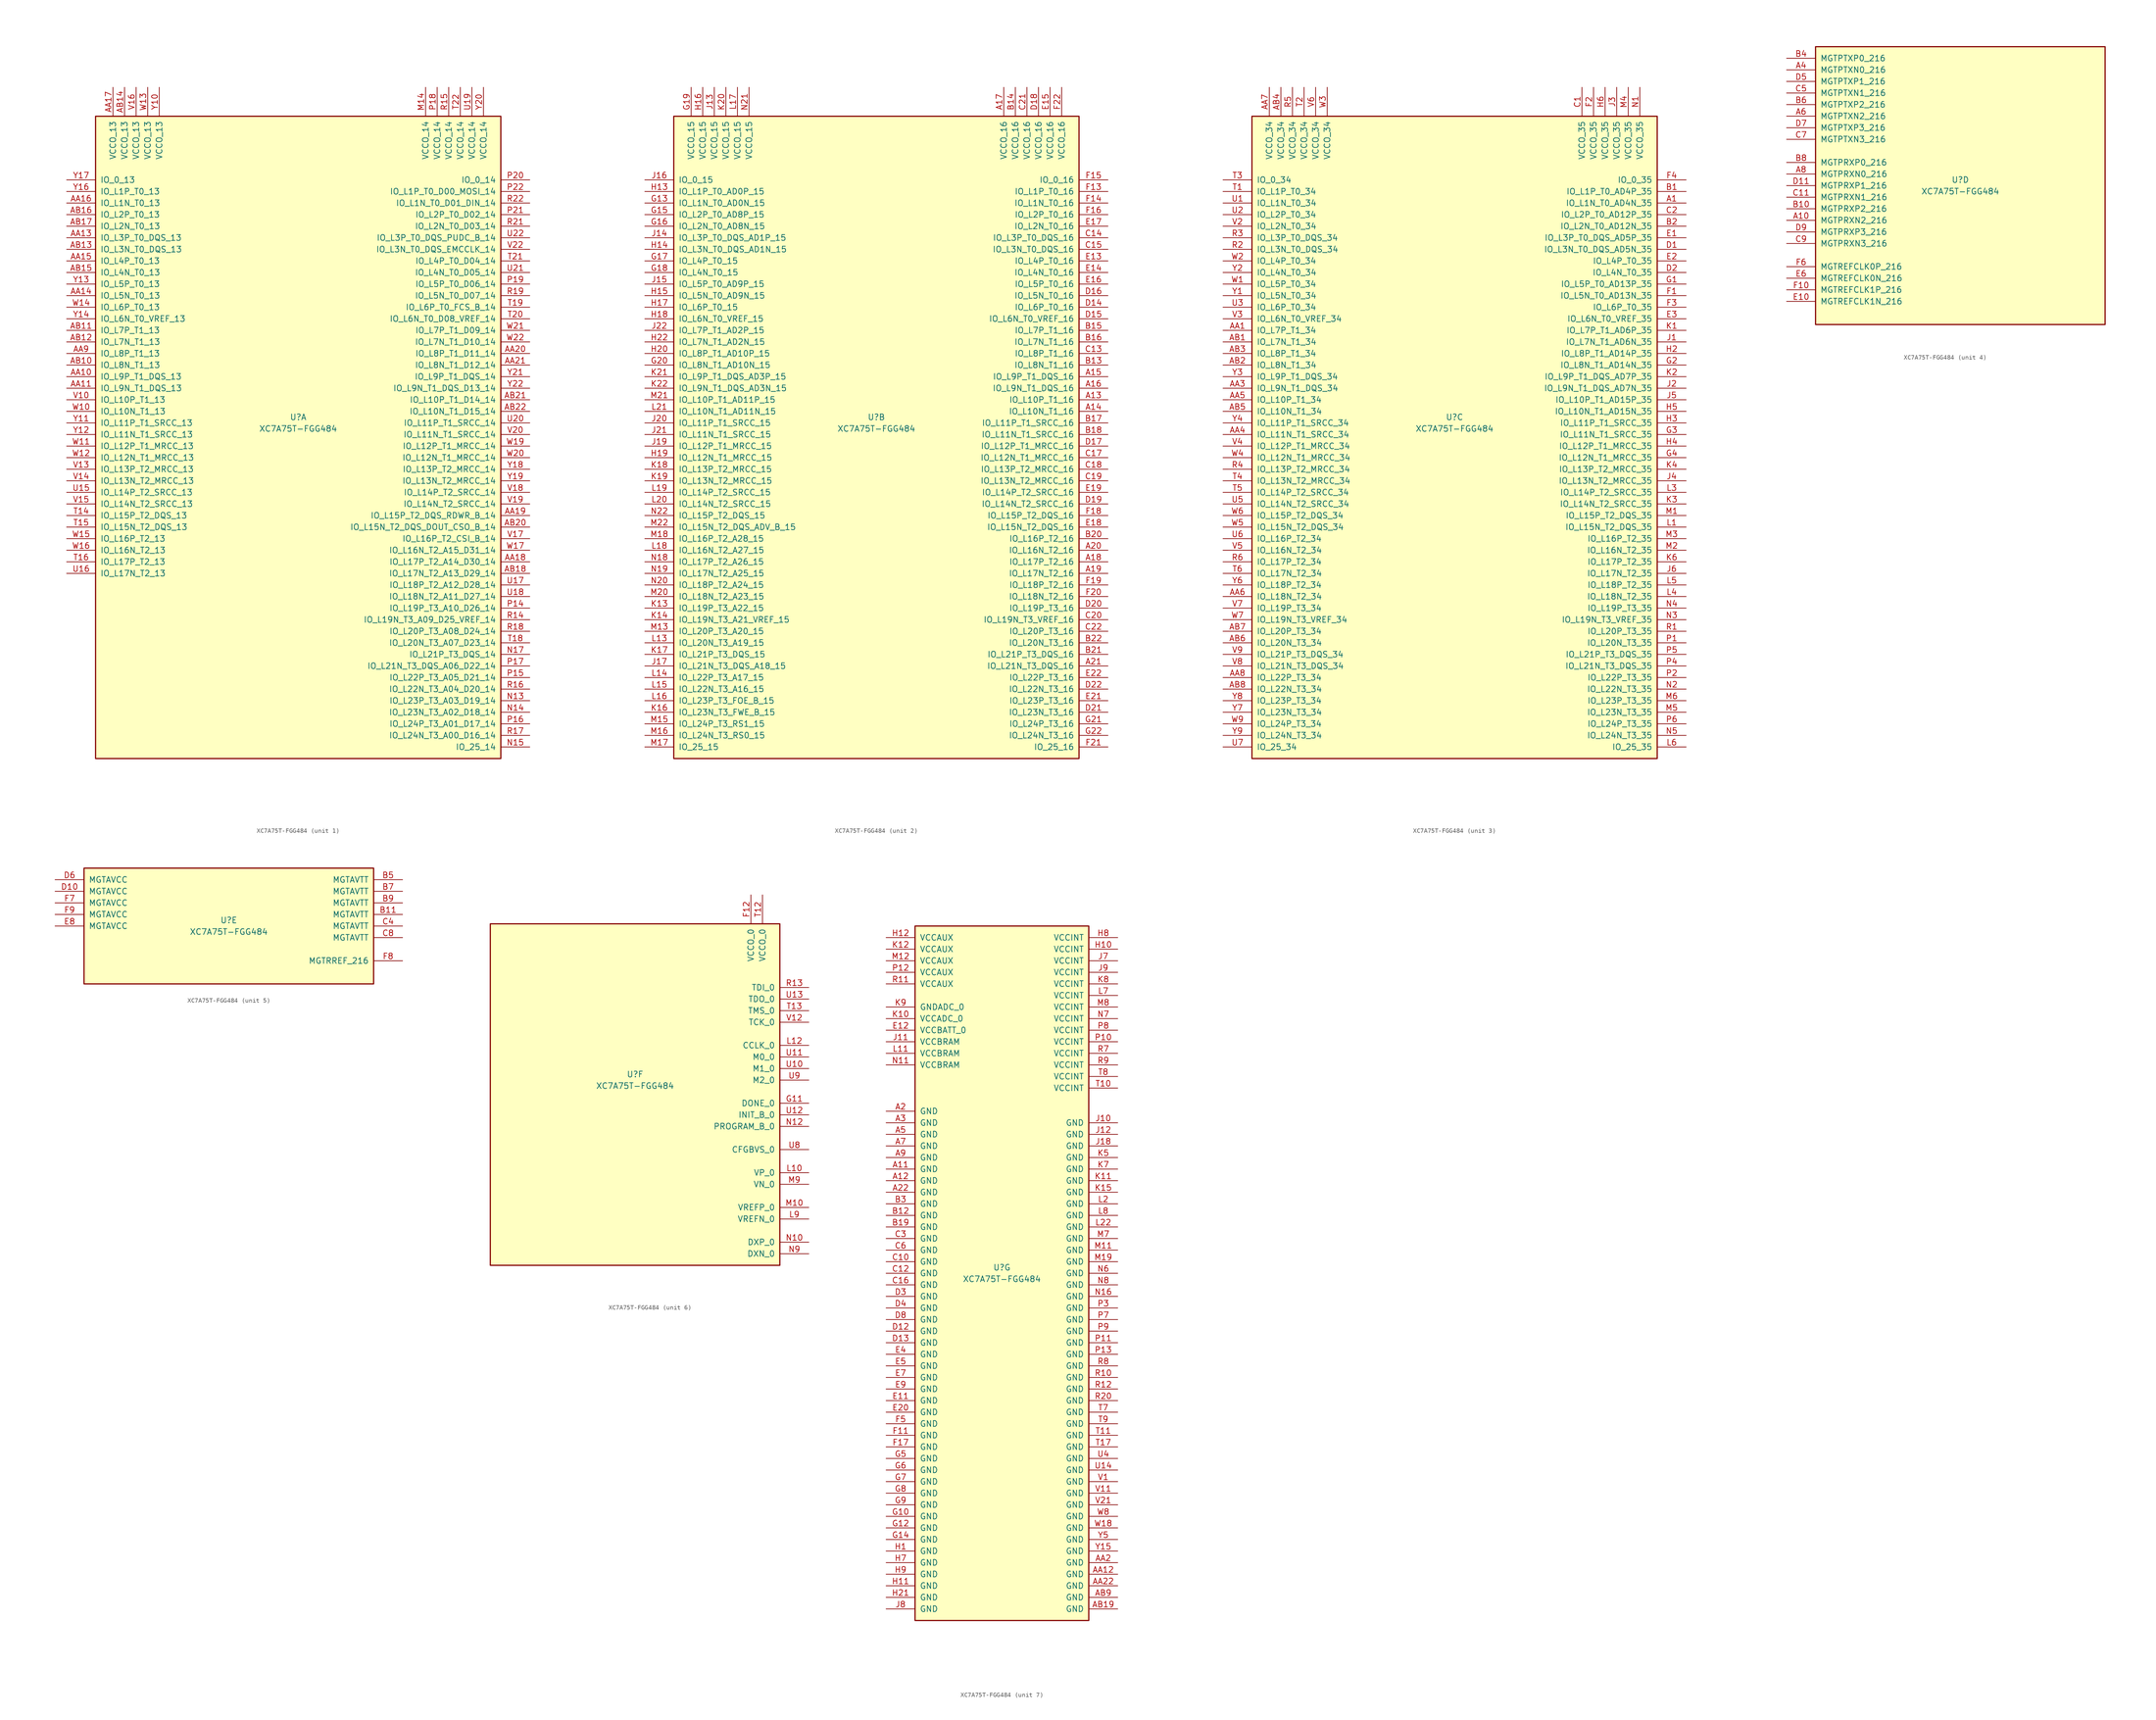
<source format=kicad_sym>
(kicad_symbol_lib
  (version 20231120)
  (generator "kicad_symbol_editor")
  (generator_version "8.0")
  (symbol "XC7A75T-FGG484"
    (pin_names
      (offset 1.016))
    (property "Reference" "U"
      (at 0 1.27 0)
      (effects (font (size 1.27 1.27))))
    (property "Value" "XC7A75T-FGG484"
      (at 0 -1.27 0)
      (effects (font (size 1.27 1.27))))
    (property "Datasheet" ""
      (at 0 0 0)
      (effects (font (size 1.27 1.27))))
    (property "ki_locked" ""
      (at 0 0 0)
      (effects (font (size 1.27 1.27))))
    (symbol "XC7A75T-FGG484_1_1"
      (rectangle (start -44.45 67.31) (end 44.45 -73.66) (stroke (width 0.254) (type default)) (fill (type background)))
      (pin bidirectional line (at -50.8 10.16 0) (length 6.35) (name "IO_L9P_T1_DQS_13" (effects (font (size 1.27 1.27)))) (number "AA10" (effects (font (size 1.27 1.27)))))
      (pin bidirectional line (at -50.8 7.62 0) (length 6.35) (name "IO_L9N_T1_DQS_13" (effects (font (size 1.27 1.27)))) (number "AA11" (effects (font (size 1.27 1.27)))))
      (pin bidirectional line (at -50.8 40.64 0) (length 6.35) (name "IO_L3P_T0_DQS_13" (effects (font (size 1.27 1.27)))) (number "AA13" (effects (font (size 1.27 1.27)))))
      (pin bidirectional line (at -50.8 27.94 0) (length 6.35) (name "IO_L5N_T0_13" (effects (font (size 1.27 1.27)))) (number "AA14" (effects (font (size 1.27 1.27)))))
      (pin bidirectional line (at -50.8 35.56 0) (length 6.35) (name "IO_L4P_T0_13" (effects (font (size 1.27 1.27)))) (number "AA15" (effects (font (size 1.27 1.27)))))
      (pin bidirectional line (at -50.8 48.26 0) (length 6.35) (name "IO_L1N_T0_13" (effects (font (size 1.27 1.27)))) (number "AA16" (effects (font (size 1.27 1.27)))))
      (pin power_in line (at -40.64 73.66 270) (length 6.35) (name "VCCO_13" (effects (font (size 1.27 1.27)))) (number "AA17" (effects (font (size 1.27 1.27)))))
      (pin bidirectional line (at 50.8 -30.48 180) (length 6.35) (name "IO_L17P_T2_A14_D30_14" (effects (font (size 1.27 1.27)))) (number "AA18" (effects (font (size 1.27 1.27)))))
      (pin bidirectional line (at 50.8 -20.32 180) (length 6.35) (name "IO_L15P_T2_DQS_RDWR_B_14" (effects (font (size 1.27 1.27)))) (number "AA19" (effects (font (size 1.27 1.27)))))
      (pin bidirectional line (at 50.8 15.24 180) (length 6.35) (name "IO_L8P_T1_D11_14" (effects (font (size 1.27 1.27)))) (number "AA20" (effects (font (size 1.27 1.27)))))
      (pin bidirectional line (at 50.8 12.7 180) (length 6.35) (name "IO_L8N_T1_D12_14" (effects (font (size 1.27 1.27)))) (number "AA21" (effects (font (size 1.27 1.27)))))
      (pin bidirectional line (at -50.8 15.24 0) (length 6.35) (name "IO_L8P_T1_13" (effects (font (size 1.27 1.27)))) (number "AA9" (effects (font (size 1.27 1.27)))))
      (pin bidirectional line (at -50.8 12.7 0) (length 6.35) (name "IO_L8N_T1_13" (effects (font (size 1.27 1.27)))) (number "AB10" (effects (font (size 1.27 1.27)))))
      (pin bidirectional line (at -50.8 20.32 0) (length 6.35) (name "IO_L7P_T1_13" (effects (font (size 1.27 1.27)))) (number "AB11" (effects (font (size 1.27 1.27)))))
      (pin bidirectional line (at -50.8 17.78 0) (length 6.35) (name "IO_L7N_T1_13" (effects (font (size 1.27 1.27)))) (number "AB12" (effects (font (size 1.27 1.27)))))
      (pin bidirectional line (at -50.8 38.1 0) (length 6.35) (name "IO_L3N_T0_DQS_13" (effects (font (size 1.27 1.27)))) (number "AB13" (effects (font (size 1.27 1.27)))))
      (pin power_in line (at -38.1 73.66 270) (length 6.35) (name "VCCO_13" (effects (font (size 1.27 1.27)))) (number "AB14" (effects (font (size 1.27 1.27)))))
      (pin bidirectional line (at -50.8 33.02 0) (length 6.35) (name "IO_L4N_T0_13" (effects (font (size 1.27 1.27)))) (number "AB15" (effects (font (size 1.27 1.27)))))
      (pin bidirectional line (at -50.8 45.72 0) (length 6.35) (name "IO_L2P_T0_13" (effects (font (size 1.27 1.27)))) (number "AB16" (effects (font (size 1.27 1.27)))))
      (pin bidirectional line (at -50.8 43.18 0) (length 6.35) (name "IO_L2N_T0_13" (effects (font (size 1.27 1.27)))) (number "AB17" (effects (font (size 1.27 1.27)))))
      (pin bidirectional line (at 50.8 -33.02 180) (length 6.35) (name "IO_L17N_T2_A13_D29_14" (effects (font (size 1.27 1.27)))) (number "AB18" (effects (font (size 1.27 1.27)))))
      (pin bidirectional line (at 50.8 -22.86 180) (length 6.35) (name "IO_L15N_T2_DQS_DOUT_CSO_B_14" (effects (font (size 1.27 1.27)))) (number "AB20" (effects (font (size 1.27 1.27)))))
      (pin bidirectional line (at 50.8 5.08 180) (length 6.35) (name "IO_L10P_T1_D14_14" (effects (font (size 1.27 1.27)))) (number "AB21" (effects (font (size 1.27 1.27)))))
      (pin bidirectional line (at 50.8 2.54 180) (length 6.35) (name "IO_L10N_T1_D15_14" (effects (font (size 1.27 1.27)))) (number "AB22" (effects (font (size 1.27 1.27)))))
      (pin power_in line (at 27.94 73.66 270) (length 6.35) (name "VCCO_14" (effects (font (size 1.27 1.27)))) (number "M14" (effects (font (size 1.27 1.27)))))
      (pin bidirectional line (at 50.8 -60.96 180) (length 6.35) (name "IO_L23P_T3_A03_D19_14" (effects (font (size 1.27 1.27)))) (number "N13" (effects (font (size 1.27 1.27)))))
      (pin bidirectional line (at 50.8 -63.5 180) (length 6.35) (name "IO_L23N_T3_A02_D18_14" (effects (font (size 1.27 1.27)))) (number "N14" (effects (font (size 1.27 1.27)))))
      (pin bidirectional line (at 50.8 -71.12 180) (length 6.35) (name "IO_25_14" (effects (font (size 1.27 1.27)))) (number "N15" (effects (font (size 1.27 1.27)))))
      (pin bidirectional line (at 50.8 -50.8 180) (length 6.35) (name "IO_L21P_T3_DQS_14" (effects (font (size 1.27 1.27)))) (number "N17" (effects (font (size 1.27 1.27)))))
      (pin bidirectional line (at 50.8 -40.64 180) (length 6.35) (name "IO_L19P_T3_A10_D26_14" (effects (font (size 1.27 1.27)))) (number "P14" (effects (font (size 1.27 1.27)))))
      (pin bidirectional line (at 50.8 -55.88 180) (length 6.35) (name "IO_L22P_T3_A05_D21_14" (effects (font (size 1.27 1.27)))) (number "P15" (effects (font (size 1.27 1.27)))))
      (pin bidirectional line (at 50.8 -66.04 180) (length 6.35) (name "IO_L24P_T3_A01_D17_14" (effects (font (size 1.27 1.27)))) (number "P16" (effects (font (size 1.27 1.27)))))
      (pin bidirectional line (at 50.8 -53.34 180) (length 6.35) (name "IO_L21N_T3_DQS_A06_D22_14" (effects (font (size 1.27 1.27)))) (number "P17" (effects (font (size 1.27 1.27)))))
      (pin power_in line (at 30.48 73.66 270) (length 6.35) (name "VCCO_14" (effects (font (size 1.27 1.27)))) (number "P18" (effects (font (size 1.27 1.27)))))
      (pin bidirectional line (at 50.8 30.48 180) (length 6.35) (name "IO_L5P_T0_D06_14" (effects (font (size 1.27 1.27)))) (number "P19" (effects (font (size 1.27 1.27)))))
      (pin bidirectional line (at 50.8 53.34 180) (length 6.35) (name "IO_0_14" (effects (font (size 1.27 1.27)))) (number "P20" (effects (font (size 1.27 1.27)))))
      (pin bidirectional line (at 50.8 45.72 180) (length 6.35) (name "IO_L2P_T0_D02_14" (effects (font (size 1.27 1.27)))) (number "P21" (effects (font (size 1.27 1.27)))))
      (pin bidirectional line (at 50.8 50.8 180) (length 6.35) (name "IO_L1P_T0_D00_MOSI_14" (effects (font (size 1.27 1.27)))) (number "P22" (effects (font (size 1.27 1.27)))))
      (pin bidirectional line (at 50.8 -43.18 180) (length 6.35) (name "IO_L19N_T3_A09_D25_VREF_14" (effects (font (size 1.27 1.27)))) (number "R14" (effects (font (size 1.27 1.27)))))
      (pin power_in line (at 33.02 73.66 270) (length 6.35) (name "VCCO_14" (effects (font (size 1.27 1.27)))) (number "R15" (effects (font (size 1.27 1.27)))))
      (pin bidirectional line (at 50.8 -58.42 180) (length 6.35) (name "IO_L22N_T3_A04_D20_14" (effects (font (size 1.27 1.27)))) (number "R16" (effects (font (size 1.27 1.27)))))
      (pin bidirectional line (at 50.8 -68.58 180) (length 6.35) (name "IO_L24N_T3_A00_D16_14" (effects (font (size 1.27 1.27)))) (number "R17" (effects (font (size 1.27 1.27)))))
      (pin bidirectional line (at 50.8 -45.72 180) (length 6.35) (name "IO_L20P_T3_A08_D24_14" (effects (font (size 1.27 1.27)))) (number "R18" (effects (font (size 1.27 1.27)))))
      (pin bidirectional line (at 50.8 27.94 180) (length 6.35) (name "IO_L5N_T0_D07_14" (effects (font (size 1.27 1.27)))) (number "R19" (effects (font (size 1.27 1.27)))))
      (pin bidirectional line (at 50.8 43.18 180) (length 6.35) (name "IO_L2N_T0_D03_14" (effects (font (size 1.27 1.27)))) (number "R21" (effects (font (size 1.27 1.27)))))
      (pin bidirectional line (at 50.8 48.26 180) (length 6.35) (name "IO_L1N_T0_D01_DIN_14" (effects (font (size 1.27 1.27)))) (number "R22" (effects (font (size 1.27 1.27)))))
      (pin bidirectional line (at -50.8 -20.32 0) (length 6.35) (name "IO_L15P_T2_DQS_13" (effects (font (size 1.27 1.27)))) (number "T14" (effects (font (size 1.27 1.27)))))
      (pin bidirectional line (at -50.8 -22.86 0) (length 6.35) (name "IO_L15N_T2_DQS_13" (effects (font (size 1.27 1.27)))) (number "T15" (effects (font (size 1.27 1.27)))))
      (pin bidirectional line (at -50.8 -30.48 0) (length 6.35) (name "IO_L17P_T2_13" (effects (font (size 1.27 1.27)))) (number "T16" (effects (font (size 1.27 1.27)))))
      (pin bidirectional line (at 50.8 -48.26 180) (length 6.35) (name "IO_L20N_T3_A07_D23_14" (effects (font (size 1.27 1.27)))) (number "T18" (effects (font (size 1.27 1.27)))))
      (pin bidirectional line (at 50.8 25.4 180) (length 6.35) (name "IO_L6P_T0_FCS_B_14" (effects (font (size 1.27 1.27)))) (number "T19" (effects (font (size 1.27 1.27)))))
      (pin bidirectional line (at 50.8 22.86 180) (length 6.35) (name "IO_L6N_T0_D08_VREF_14" (effects (font (size 1.27 1.27)))) (number "T20" (effects (font (size 1.27 1.27)))))
      (pin bidirectional line (at 50.8 35.56 180) (length 6.35) (name "IO_L4P_T0_D04_14" (effects (font (size 1.27 1.27)))) (number "T21" (effects (font (size 1.27 1.27)))))
      (pin power_in line (at 35.56 73.66 270) (length 6.35) (name "VCCO_14" (effects (font (size 1.27 1.27)))) (number "T22" (effects (font (size 1.27 1.27)))))
      (pin bidirectional line (at -50.8 -15.24 0) (length 6.35) (name "IO_L14P_T2_SRCC_13" (effects (font (size 1.27 1.27)))) (number "U15" (effects (font (size 1.27 1.27)))))
      (pin bidirectional line (at -50.8 -33.02 0) (length 6.35) (name "IO_L17N_T2_13" (effects (font (size 1.27 1.27)))) (number "U16" (effects (font (size 1.27 1.27)))))
      (pin bidirectional line (at 50.8 -35.56 180) (length 6.35) (name "IO_L18P_T2_A12_D28_14" (effects (font (size 1.27 1.27)))) (number "U17" (effects (font (size 1.27 1.27)))))
      (pin bidirectional line (at 50.8 -38.1 180) (length 6.35) (name "IO_L18N_T2_A11_D27_14" (effects (font (size 1.27 1.27)))) (number "U18" (effects (font (size 1.27 1.27)))))
      (pin power_in line (at 38.1 73.66 270) (length 6.35) (name "VCCO_14" (effects (font (size 1.27 1.27)))) (number "U19" (effects (font (size 1.27 1.27)))))
      (pin bidirectional line (at 50.8 0 180) (length 6.35) (name "IO_L11P_T1_SRCC_14" (effects (font (size 1.27 1.27)))) (number "U20" (effects (font (size 1.27 1.27)))))
      (pin bidirectional line (at 50.8 33.02 180) (length 6.35) (name "IO_L4N_T0_D05_14" (effects (font (size 1.27 1.27)))) (number "U21" (effects (font (size 1.27 1.27)))))
      (pin bidirectional line (at 50.8 40.64 180) (length 6.35) (name "IO_L3P_T0_DQS_PUDC_B_14" (effects (font (size 1.27 1.27)))) (number "U22" (effects (font (size 1.27 1.27)))))
      (pin bidirectional line (at -50.8 5.08 0) (length 6.35) (name "IO_L10P_T1_13" (effects (font (size 1.27 1.27)))) (number "V10" (effects (font (size 1.27 1.27)))))
      (pin bidirectional line (at -50.8 -10.16 0) (length 6.35) (name "IO_L13P_T2_MRCC_13" (effects (font (size 1.27 1.27)))) (number "V13" (effects (font (size 1.27 1.27)))))
      (pin bidirectional line (at -50.8 -12.7 0) (length 6.35) (name "IO_L13N_T2_MRCC_13" (effects (font (size 1.27 1.27)))) (number "V14" (effects (font (size 1.27 1.27)))))
      (pin bidirectional line (at -50.8 -17.78 0) (length 6.35) (name "IO_L14N_T2_SRCC_13" (effects (font (size 1.27 1.27)))) (number "V15" (effects (font (size 1.27 1.27)))))
      (pin power_in line (at -35.56 73.66 270) (length 6.35) (name "VCCO_13" (effects (font (size 1.27 1.27)))) (number "V16" (effects (font (size 1.27 1.27)))))
      (pin bidirectional line (at 50.8 -25.4 180) (length 6.35) (name "IO_L16P_T2_CSI_B_14" (effects (font (size 1.27 1.27)))) (number "V17" (effects (font (size 1.27 1.27)))))
      (pin bidirectional line (at 50.8 -15.24 180) (length 6.35) (name "IO_L14P_T2_SRCC_14" (effects (font (size 1.27 1.27)))) (number "V18" (effects (font (size 1.27 1.27)))))
      (pin bidirectional line (at 50.8 -17.78 180) (length 6.35) (name "IO_L14N_T2_SRCC_14" (effects (font (size 1.27 1.27)))) (number "V19" (effects (font (size 1.27 1.27)))))
      (pin bidirectional line (at 50.8 -2.54 180) (length 6.35) (name "IO_L11N_T1_SRCC_14" (effects (font (size 1.27 1.27)))) (number "V20" (effects (font (size 1.27 1.27)))))
      (pin bidirectional line (at 50.8 38.1 180) (length 6.35) (name "IO_L3N_T0_DQS_EMCCLK_14" (effects (font (size 1.27 1.27)))) (number "V22" (effects (font (size 1.27 1.27)))))
      (pin bidirectional line (at -50.8 2.54 0) (length 6.35) (name "IO_L10N_T1_13" (effects (font (size 1.27 1.27)))) (number "W10" (effects (font (size 1.27 1.27)))))
      (pin bidirectional line (at -50.8 -5.08 0) (length 6.35) (name "IO_L12P_T1_MRCC_13" (effects (font (size 1.27 1.27)))) (number "W11" (effects (font (size 1.27 1.27)))))
      (pin bidirectional line (at -50.8 -7.62 0) (length 6.35) (name "IO_L12N_T1_MRCC_13" (effects (font (size 1.27 1.27)))) (number "W12" (effects (font (size 1.27 1.27)))))
      (pin power_in line (at -33.02 73.66 270) (length 6.35) (name "VCCO_13" (effects (font (size 1.27 1.27)))) (number "W13" (effects (font (size 1.27 1.27)))))
      (pin bidirectional line (at -50.8 25.4 0) (length 6.35) (name "IO_L6P_T0_13" (effects (font (size 1.27 1.27)))) (number "W14" (effects (font (size 1.27 1.27)))))
      (pin bidirectional line (at -50.8 -25.4 0) (length 6.35) (name "IO_L16P_T2_13" (effects (font (size 1.27 1.27)))) (number "W15" (effects (font (size 1.27 1.27)))))
      (pin bidirectional line (at -50.8 -27.94 0) (length 6.35) (name "IO_L16N_T2_13" (effects (font (size 1.27 1.27)))) (number "W16" (effects (font (size 1.27 1.27)))))
      (pin bidirectional line (at 50.8 -27.94 180) (length 6.35) (name "IO_L16N_T2_A15_D31_14" (effects (font (size 1.27 1.27)))) (number "W17" (effects (font (size 1.27 1.27)))))
      (pin bidirectional line (at 50.8 -5.08 180) (length 6.35) (name "IO_L12P_T1_MRCC_14" (effects (font (size 1.27 1.27)))) (number "W19" (effects (font (size 1.27 1.27)))))
      (pin bidirectional line (at 50.8 -7.62 180) (length 6.35) (name "IO_L12N_T1_MRCC_14" (effects (font (size 1.27 1.27)))) (number "W20" (effects (font (size 1.27 1.27)))))
      (pin bidirectional line (at 50.8 20.32 180) (length 6.35) (name "IO_L7P_T1_D09_14" (effects (font (size 1.27 1.27)))) (number "W21" (effects (font (size 1.27 1.27)))))
      (pin bidirectional line (at 50.8 17.78 180) (length 6.35) (name "IO_L7N_T1_D10_14" (effects (font (size 1.27 1.27)))) (number "W22" (effects (font (size 1.27 1.27)))))
      (pin power_in line (at -30.48 73.66 270) (length 6.35) (name "VCCO_13" (effects (font (size 1.27 1.27)))) (number "Y10" (effects (font (size 1.27 1.27)))))
      (pin bidirectional line (at -50.8 0 0) (length 6.35) (name "IO_L11P_T1_SRCC_13" (effects (font (size 1.27 1.27)))) (number "Y11" (effects (font (size 1.27 1.27)))))
      (pin bidirectional line (at -50.8 -2.54 0) (length 6.35) (name "IO_L11N_T1_SRCC_13" (effects (font (size 1.27 1.27)))) (number "Y12" (effects (font (size 1.27 1.27)))))
      (pin bidirectional line (at -50.8 30.48 0) (length 6.35) (name "IO_L5P_T0_13" (effects (font (size 1.27 1.27)))) (number "Y13" (effects (font (size 1.27 1.27)))))
      (pin bidirectional line (at -50.8 22.86 0) (length 6.35) (name "IO_L6N_T0_VREF_13" (effects (font (size 1.27 1.27)))) (number "Y14" (effects (font (size 1.27 1.27)))))
      (pin bidirectional line (at -50.8 50.8 0) (length 6.35) (name "IO_L1P_T0_13" (effects (font (size 1.27 1.27)))) (number "Y16" (effects (font (size 1.27 1.27)))))
      (pin bidirectional line (at -50.8 53.34 0) (length 6.35) (name "IO_0_13" (effects (font (size 1.27 1.27)))) (number "Y17" (effects (font (size 1.27 1.27)))))
      (pin bidirectional line (at 50.8 -10.16 180) (length 6.35) (name "IO_L13P_T2_MRCC_14" (effects (font (size 1.27 1.27)))) (number "Y18" (effects (font (size 1.27 1.27)))))
      (pin bidirectional line (at 50.8 -12.7 180) (length 6.35) (name "IO_L13N_T2_MRCC_14" (effects (font (size 1.27 1.27)))) (number "Y19" (effects (font (size 1.27 1.27)))))
      (pin power_in line (at 40.64 73.66 270) (length 6.35) (name "VCCO_14" (effects (font (size 1.27 1.27)))) (number "Y20" (effects (font (size 1.27 1.27)))))
      (pin bidirectional line (at 50.8 10.16 180) (length 6.35) (name "IO_L9P_T1_DQS_14" (effects (font (size 1.27 1.27)))) (number "Y21" (effects (font (size 1.27 1.27)))))
      (pin bidirectional line (at 50.8 7.62 180) (length 6.35) (name "IO_L9N_T1_DQS_D13_14" (effects (font (size 1.27 1.27)))) (number "Y22" (effects (font (size 1.27 1.27))))))
    (symbol "XC7A75T-FGG484_2_1"
      (rectangle (start -44.45 67.31) (end 44.45 -73.66) (stroke (width 0.254) (type default)) (fill (type background)))
      (pin bidirectional line (at 50.8 5.08 180) (length 6.35) (name "IO_L10P_T1_16" (effects (font (size 1.27 1.27)))) (number "A13" (effects (font (size 1.27 1.27)))))
      (pin bidirectional line (at 50.8 2.54 180) (length 6.35) (name "IO_L10N_T1_16" (effects (font (size 1.27 1.27)))) (number "A14" (effects (font (size 1.27 1.27)))))
      (pin bidirectional line (at 50.8 10.16 180) (length 6.35) (name "IO_L9P_T1_DQS_16" (effects (font (size 1.27 1.27)))) (number "A15" (effects (font (size 1.27 1.27)))))
      (pin bidirectional line (at 50.8 7.62 180) (length 6.35) (name "IO_L9N_T1_DQS_16" (effects (font (size 1.27 1.27)))) (number "A16" (effects (font (size 1.27 1.27)))))
      (pin power_in line (at 27.94 73.66 270) (length 6.35) (name "VCCO_16" (effects (font (size 1.27 1.27)))) (number "A17" (effects (font (size 1.27 1.27)))))
      (pin bidirectional line (at 50.8 -30.48 180) (length 6.35) (name "IO_L17P_T2_16" (effects (font (size 1.27 1.27)))) (number "A18" (effects (font (size 1.27 1.27)))))
      (pin bidirectional line (at 50.8 -33.02 180) (length 6.35) (name "IO_L17N_T2_16" (effects (font (size 1.27 1.27)))) (number "A19" (effects (font (size 1.27 1.27)))))
      (pin bidirectional line (at 50.8 -27.94 180) (length 6.35) (name "IO_L16N_T2_16" (effects (font (size 1.27 1.27)))) (number "A20" (effects (font (size 1.27 1.27)))))
      (pin bidirectional line (at 50.8 -53.34 180) (length 6.35) (name "IO_L21N_T3_DQS_16" (effects (font (size 1.27 1.27)))) (number "A21" (effects (font (size 1.27 1.27)))))
      (pin bidirectional line (at 50.8 12.7 180) (length 6.35) (name "IO_L8N_T1_16" (effects (font (size 1.27 1.27)))) (number "B13" (effects (font (size 1.27 1.27)))))
      (pin power_in line (at 30.48 73.66 270) (length 6.35) (name "VCCO_16" (effects (font (size 1.27 1.27)))) (number "B14" (effects (font (size 1.27 1.27)))))
      (pin bidirectional line (at 50.8 20.32 180) (length 6.35) (name "IO_L7P_T1_16" (effects (font (size 1.27 1.27)))) (number "B15" (effects (font (size 1.27 1.27)))))
      (pin bidirectional line (at 50.8 17.78 180) (length 6.35) (name "IO_L7N_T1_16" (effects (font (size 1.27 1.27)))) (number "B16" (effects (font (size 1.27 1.27)))))
      (pin bidirectional line (at 50.8 0 180) (length 6.35) (name "IO_L11P_T1_SRCC_16" (effects (font (size 1.27 1.27)))) (number "B17" (effects (font (size 1.27 1.27)))))
      (pin bidirectional line (at 50.8 -2.54 180) (length 6.35) (name "IO_L11N_T1_SRCC_16" (effects (font (size 1.27 1.27)))) (number "B18" (effects (font (size 1.27 1.27)))))
      (pin bidirectional line (at 50.8 -25.4 180) (length 6.35) (name "IO_L16P_T2_16" (effects (font (size 1.27 1.27)))) (number "B20" (effects (font (size 1.27 1.27)))))
      (pin bidirectional line (at 50.8 -50.8 180) (length 6.35) (name "IO_L21P_T3_DQS_16" (effects (font (size 1.27 1.27)))) (number "B21" (effects (font (size 1.27 1.27)))))
      (pin bidirectional line (at 50.8 -48.26 180) (length 6.35) (name "IO_L20N_T3_16" (effects (font (size 1.27 1.27)))) (number "B22" (effects (font (size 1.27 1.27)))))
      (pin bidirectional line (at 50.8 15.24 180) (length 6.35) (name "IO_L8P_T1_16" (effects (font (size 1.27 1.27)))) (number "C13" (effects (font (size 1.27 1.27)))))
      (pin bidirectional line (at 50.8 40.64 180) (length 6.35) (name "IO_L3P_T0_DQS_16" (effects (font (size 1.27 1.27)))) (number "C14" (effects (font (size 1.27 1.27)))))
      (pin bidirectional line (at 50.8 38.1 180) (length 6.35) (name "IO_L3N_T0_DQS_16" (effects (font (size 1.27 1.27)))) (number "C15" (effects (font (size 1.27 1.27)))))
      (pin bidirectional line (at 50.8 -7.62 180) (length 6.35) (name "IO_L12N_T1_MRCC_16" (effects (font (size 1.27 1.27)))) (number "C17" (effects (font (size 1.27 1.27)))))
      (pin bidirectional line (at 50.8 -10.16 180) (length 6.35) (name "IO_L13P_T2_MRCC_16" (effects (font (size 1.27 1.27)))) (number "C18" (effects (font (size 1.27 1.27)))))
      (pin bidirectional line (at 50.8 -12.7 180) (length 6.35) (name "IO_L13N_T2_MRCC_16" (effects (font (size 1.27 1.27)))) (number "C19" (effects (font (size 1.27 1.27)))))
      (pin bidirectional line (at 50.8 -43.18 180) (length 6.35) (name "IO_L19N_T3_VREF_16" (effects (font (size 1.27 1.27)))) (number "C20" (effects (font (size 1.27 1.27)))))
      (pin power_in line (at 33.02 73.66 270) (length 6.35) (name "VCCO_16" (effects (font (size 1.27 1.27)))) (number "C21" (effects (font (size 1.27 1.27)))))
      (pin bidirectional line (at 50.8 -45.72 180) (length 6.35) (name "IO_L20P_T3_16" (effects (font (size 1.27 1.27)))) (number "C22" (effects (font (size 1.27 1.27)))))
      (pin bidirectional line (at 50.8 25.4 180) (length 6.35) (name "IO_L6P_T0_16" (effects (font (size 1.27 1.27)))) (number "D14" (effects (font (size 1.27 1.27)))))
      (pin bidirectional line (at 50.8 22.86 180) (length 6.35) (name "IO_L6N_T0_VREF_16" (effects (font (size 1.27 1.27)))) (number "D15" (effects (font (size 1.27 1.27)))))
      (pin bidirectional line (at 50.8 27.94 180) (length 6.35) (name "IO_L5N_T0_16" (effects (font (size 1.27 1.27)))) (number "D16" (effects (font (size 1.27 1.27)))))
      (pin bidirectional line (at 50.8 -5.08 180) (length 6.35) (name "IO_L12P_T1_MRCC_16" (effects (font (size 1.27 1.27)))) (number "D17" (effects (font (size 1.27 1.27)))))
      (pin power_in line (at 35.56 73.66 270) (length 6.35) (name "VCCO_16" (effects (font (size 1.27 1.27)))) (number "D18" (effects (font (size 1.27 1.27)))))
      (pin bidirectional line (at 50.8 -17.78 180) (length 6.35) (name "IO_L14N_T2_SRCC_16" (effects (font (size 1.27 1.27)))) (number "D19" (effects (font (size 1.27 1.27)))))
      (pin bidirectional line (at 50.8 -40.64 180) (length 6.35) (name "IO_L19P_T3_16" (effects (font (size 1.27 1.27)))) (number "D20" (effects (font (size 1.27 1.27)))))
      (pin bidirectional line (at 50.8 -63.5 180) (length 6.35) (name "IO_L23N_T3_16" (effects (font (size 1.27 1.27)))) (number "D21" (effects (font (size 1.27 1.27)))))
      (pin bidirectional line (at 50.8 -58.42 180) (length 6.35) (name "IO_L22N_T3_16" (effects (font (size 1.27 1.27)))) (number "D22" (effects (font (size 1.27 1.27)))))
      (pin bidirectional line (at 50.8 35.56 180) (length 6.35) (name "IO_L4P_T0_16" (effects (font (size 1.27 1.27)))) (number "E13" (effects (font (size 1.27 1.27)))))
      (pin bidirectional line (at 50.8 33.02 180) (length 6.35) (name "IO_L4N_T0_16" (effects (font (size 1.27 1.27)))) (number "E14" (effects (font (size 1.27 1.27)))))
      (pin power_in line (at 38.1 73.66 270) (length 6.35) (name "VCCO_16" (effects (font (size 1.27 1.27)))) (number "E15" (effects (font (size 1.27 1.27)))))
      (pin bidirectional line (at 50.8 30.48 180) (length 6.35) (name "IO_L5P_T0_16" (effects (font (size 1.27 1.27)))) (number "E16" (effects (font (size 1.27 1.27)))))
      (pin bidirectional line (at 50.8 43.18 180) (length 6.35) (name "IO_L2N_T0_16" (effects (font (size 1.27 1.27)))) (number "E17" (effects (font (size 1.27 1.27)))))
      (pin bidirectional line (at 50.8 -22.86 180) (length 6.35) (name "IO_L15N_T2_DQS_16" (effects (font (size 1.27 1.27)))) (number "E18" (effects (font (size 1.27 1.27)))))
      (pin bidirectional line (at 50.8 -15.24 180) (length 6.35) (name "IO_L14P_T2_SRCC_16" (effects (font (size 1.27 1.27)))) (number "E19" (effects (font (size 1.27 1.27)))))
      (pin bidirectional line (at 50.8 -60.96 180) (length 6.35) (name "IO_L23P_T3_16" (effects (font (size 1.27 1.27)))) (number "E21" (effects (font (size 1.27 1.27)))))
      (pin bidirectional line (at 50.8 -55.88 180) (length 6.35) (name "IO_L22P_T3_16" (effects (font (size 1.27 1.27)))) (number "E22" (effects (font (size 1.27 1.27)))))
      (pin bidirectional line (at 50.8 50.8 180) (length 6.35) (name "IO_L1P_T0_16" (effects (font (size 1.27 1.27)))) (number "F13" (effects (font (size 1.27 1.27)))))
      (pin bidirectional line (at 50.8 48.26 180) (length 6.35) (name "IO_L1N_T0_16" (effects (font (size 1.27 1.27)))) (number "F14" (effects (font (size 1.27 1.27)))))
      (pin bidirectional line (at 50.8 53.34 180) (length 6.35) (name "IO_0_16" (effects (font (size 1.27 1.27)))) (number "F15" (effects (font (size 1.27 1.27)))))
      (pin bidirectional line (at 50.8 45.72 180) (length 6.35) (name "IO_L2P_T0_16" (effects (font (size 1.27 1.27)))) (number "F16" (effects (font (size 1.27 1.27)))))
      (pin bidirectional line (at 50.8 -20.32 180) (length 6.35) (name "IO_L15P_T2_DQS_16" (effects (font (size 1.27 1.27)))) (number "F18" (effects (font (size 1.27 1.27)))))
      (pin bidirectional line (at 50.8 -35.56 180) (length 6.35) (name "IO_L18P_T2_16" (effects (font (size 1.27 1.27)))) (number "F19" (effects (font (size 1.27 1.27)))))
      (pin bidirectional line (at 50.8 -38.1 180) (length 6.35) (name "IO_L18N_T2_16" (effects (font (size 1.27 1.27)))) (number "F20" (effects (font (size 1.27 1.27)))))
      (pin bidirectional line (at 50.8 -71.12 180) (length 6.35) (name "IO_25_16" (effects (font (size 1.27 1.27)))) (number "F21" (effects (font (size 1.27 1.27)))))
      (pin power_in line (at 40.64 73.66 270) (length 6.35) (name "VCCO_16" (effects (font (size 1.27 1.27)))) (number "F22" (effects (font (size 1.27 1.27)))))
      (pin bidirectional line (at -50.8 48.26 0) (length 6.35) (name "IO_L1N_T0_AD0N_15" (effects (font (size 1.27 1.27)))) (number "G13" (effects (font (size 1.27 1.27)))))
      (pin bidirectional line (at -50.8 45.72 0) (length 6.35) (name "IO_L2P_T0_AD8P_15" (effects (font (size 1.27 1.27)))) (number "G15" (effects (font (size 1.27 1.27)))))
      (pin bidirectional line (at -50.8 43.18 0) (length 6.35) (name "IO_L2N_T0_AD8N_15" (effects (font (size 1.27 1.27)))) (number "G16" (effects (font (size 1.27 1.27)))))
      (pin bidirectional line (at -50.8 35.56 0) (length 6.35) (name "IO_L4P_T0_15" (effects (font (size 1.27 1.27)))) (number "G17" (effects (font (size 1.27 1.27)))))
      (pin bidirectional line (at -50.8 33.02 0) (length 6.35) (name "IO_L4N_T0_15" (effects (font (size 1.27 1.27)))) (number "G18" (effects (font (size 1.27 1.27)))))
      (pin power_in line (at -40.64 73.66 270) (length 6.35) (name "VCCO_15" (effects (font (size 1.27 1.27)))) (number "G19" (effects (font (size 1.27 1.27)))))
      (pin bidirectional line (at -50.8 12.7 0) (length 6.35) (name "IO_L8N_T1_AD10N_15" (effects (font (size 1.27 1.27)))) (number "G20" (effects (font (size 1.27 1.27)))))
      (pin bidirectional line (at 50.8 -66.04 180) (length 6.35) (name "IO_L24P_T3_16" (effects (font (size 1.27 1.27)))) (number "G21" (effects (font (size 1.27 1.27)))))
      (pin bidirectional line (at 50.8 -68.58 180) (length 6.35) (name "IO_L24N_T3_16" (effects (font (size 1.27 1.27)))) (number "G22" (effects (font (size 1.27 1.27)))))
      (pin bidirectional line (at -50.8 50.8 0) (length 6.35) (name "IO_L1P_T0_AD0P_15" (effects (font (size 1.27 1.27)))) (number "H13" (effects (font (size 1.27 1.27)))))
      (pin bidirectional line (at -50.8 38.1 0) (length 6.35) (name "IO_L3N_T0_DQS_AD1N_15" (effects (font (size 1.27 1.27)))) (number "H14" (effects (font (size 1.27 1.27)))))
      (pin bidirectional line (at -50.8 27.94 0) (length 6.35) (name "IO_L5N_T0_AD9N_15" (effects (font (size 1.27 1.27)))) (number "H15" (effects (font (size 1.27 1.27)))))
      (pin power_in line (at -38.1 73.66 270) (length 6.35) (name "VCCO_15" (effects (font (size 1.27 1.27)))) (number "H16" (effects (font (size 1.27 1.27)))))
      (pin bidirectional line (at -50.8 25.4 0) (length 6.35) (name "IO_L6P_T0_15" (effects (font (size 1.27 1.27)))) (number "H17" (effects (font (size 1.27 1.27)))))
      (pin bidirectional line (at -50.8 22.86 0) (length 6.35) (name "IO_L6N_T0_VREF_15" (effects (font (size 1.27 1.27)))) (number "H18" (effects (font (size 1.27 1.27)))))
      (pin bidirectional line (at -50.8 -7.62 0) (length 6.35) (name "IO_L12N_T1_MRCC_15" (effects (font (size 1.27 1.27)))) (number "H19" (effects (font (size 1.27 1.27)))))
      (pin bidirectional line (at -50.8 15.24 0) (length 6.35) (name "IO_L8P_T1_AD10P_15" (effects (font (size 1.27 1.27)))) (number "H20" (effects (font (size 1.27 1.27)))))
      (pin bidirectional line (at -50.8 17.78 0) (length 6.35) (name "IO_L7N_T1_AD2N_15" (effects (font (size 1.27 1.27)))) (number "H22" (effects (font (size 1.27 1.27)))))
      (pin power_in line (at -35.56 73.66 270) (length 6.35) (name "VCCO_15" (effects (font (size 1.27 1.27)))) (number "J13" (effects (font (size 1.27 1.27)))))
      (pin bidirectional line (at -50.8 40.64 0) (length 6.35) (name "IO_L3P_T0_DQS_AD1P_15" (effects (font (size 1.27 1.27)))) (number "J14" (effects (font (size 1.27 1.27)))))
      (pin bidirectional line (at -50.8 30.48 0) (length 6.35) (name "IO_L5P_T0_AD9P_15" (effects (font (size 1.27 1.27)))) (number "J15" (effects (font (size 1.27 1.27)))))
      (pin bidirectional line (at -50.8 53.34 0) (length 6.35) (name "IO_0_15" (effects (font (size 1.27 1.27)))) (number "J16" (effects (font (size 1.27 1.27)))))
      (pin bidirectional line (at -50.8 -53.34 0) (length 6.35) (name "IO_L21N_T3_DQS_A18_15" (effects (font (size 1.27 1.27)))) (number "J17" (effects (font (size 1.27 1.27)))))
      (pin bidirectional line (at -50.8 -5.08 0) (length 6.35) (name "IO_L12P_T1_MRCC_15" (effects (font (size 1.27 1.27)))) (number "J19" (effects (font (size 1.27 1.27)))))
      (pin bidirectional line (at -50.8 0 0) (length 6.35) (name "IO_L11P_T1_SRCC_15" (effects (font (size 1.27 1.27)))) (number "J20" (effects (font (size 1.27 1.27)))))
      (pin bidirectional line (at -50.8 -2.54 0) (length 6.35) (name "IO_L11N_T1_SRCC_15" (effects (font (size 1.27 1.27)))) (number "J21" (effects (font (size 1.27 1.27)))))
      (pin bidirectional line (at -50.8 20.32 0) (length 6.35) (name "IO_L7P_T1_AD2P_15" (effects (font (size 1.27 1.27)))) (number "J22" (effects (font (size 1.27 1.27)))))
      (pin bidirectional line (at -50.8 -40.64 0) (length 6.35) (name "IO_L19P_T3_A22_15" (effects (font (size 1.27 1.27)))) (number "K13" (effects (font (size 1.27 1.27)))))
      (pin bidirectional line (at -50.8 -43.18 0) (length 6.35) (name "IO_L19N_T3_A21_VREF_15" (effects (font (size 1.27 1.27)))) (number "K14" (effects (font (size 1.27 1.27)))))
      (pin bidirectional line (at -50.8 -63.5 0) (length 6.35) (name "IO_L23N_T3_FWE_B_15" (effects (font (size 1.27 1.27)))) (number "K16" (effects (font (size 1.27 1.27)))))
      (pin bidirectional line (at -50.8 -50.8 0) (length 6.35) (name "IO_L21P_T3_DQS_15" (effects (font (size 1.27 1.27)))) (number "K17" (effects (font (size 1.27 1.27)))))
      (pin bidirectional line (at -50.8 -10.16 0) (length 6.35) (name "IO_L13P_T2_MRCC_15" (effects (font (size 1.27 1.27)))) (number "K18" (effects (font (size 1.27 1.27)))))
      (pin bidirectional line (at -50.8 -12.7 0) (length 6.35) (name "IO_L13N_T2_MRCC_15" (effects (font (size 1.27 1.27)))) (number "K19" (effects (font (size 1.27 1.27)))))
      (pin power_in line (at -33.02 73.66 270) (length 6.35) (name "VCCO_15" (effects (font (size 1.27 1.27)))) (number "K20" (effects (font (size 1.27 1.27)))))
      (pin bidirectional line (at -50.8 10.16 0) (length 6.35) (name "IO_L9P_T1_DQS_AD3P_15" (effects (font (size 1.27 1.27)))) (number "K21" (effects (font (size 1.27 1.27)))))
      (pin bidirectional line (at -50.8 7.62 0) (length 6.35) (name "IO_L9N_T1_DQS_AD3N_15" (effects (font (size 1.27 1.27)))) (number "K22" (effects (font (size 1.27 1.27)))))
      (pin bidirectional line (at -50.8 -48.26 0) (length 6.35) (name "IO_L20N_T3_A19_15" (effects (font (size 1.27 1.27)))) (number "L13" (effects (font (size 1.27 1.27)))))
      (pin bidirectional line (at -50.8 -55.88 0) (length 6.35) (name "IO_L22P_T3_A17_15" (effects (font (size 1.27 1.27)))) (number "L14" (effects (font (size 1.27 1.27)))))
      (pin bidirectional line (at -50.8 -58.42 0) (length 6.35) (name "IO_L22N_T3_A16_15" (effects (font (size 1.27 1.27)))) (number "L15" (effects (font (size 1.27 1.27)))))
      (pin bidirectional line (at -50.8 -60.96 0) (length 6.35) (name "IO_L23P_T3_FOE_B_15" (effects (font (size 1.27 1.27)))) (number "L16" (effects (font (size 1.27 1.27)))))
      (pin power_in line (at -30.48 73.66 270) (length 6.35) (name "VCCO_15" (effects (font (size 1.27 1.27)))) (number "L17" (effects (font (size 1.27 1.27)))))
      (pin bidirectional line (at -50.8 -27.94 0) (length 6.35) (name "IO_L16N_T2_A27_15" (effects (font (size 1.27 1.27)))) (number "L18" (effects (font (size 1.27 1.27)))))
      (pin bidirectional line (at -50.8 -15.24 0) (length 6.35) (name "IO_L14P_T2_SRCC_15" (effects (font (size 1.27 1.27)))) (number "L19" (effects (font (size 1.27 1.27)))))
      (pin bidirectional line (at -50.8 -17.78 0) (length 6.35) (name "IO_L14N_T2_SRCC_15" (effects (font (size 1.27 1.27)))) (number "L20" (effects (font (size 1.27 1.27)))))
      (pin bidirectional line (at -50.8 2.54 0) (length 6.35) (name "IO_L10N_T1_AD11N_15" (effects (font (size 1.27 1.27)))) (number "L21" (effects (font (size 1.27 1.27)))))
      (pin bidirectional line (at -50.8 -45.72 0) (length 6.35) (name "IO_L20P_T3_A20_15" (effects (font (size 1.27 1.27)))) (number "M13" (effects (font (size 1.27 1.27)))))
      (pin bidirectional line (at -50.8 -66.04 0) (length 6.35) (name "IO_L24P_T3_RS1_15" (effects (font (size 1.27 1.27)))) (number "M15" (effects (font (size 1.27 1.27)))))
      (pin bidirectional line (at -50.8 -68.58 0) (length 6.35) (name "IO_L24N_T3_RS0_15" (effects (font (size 1.27 1.27)))) (number "M16" (effects (font (size 1.27 1.27)))))
      (pin bidirectional line (at -50.8 -71.12 0) (length 6.35) (name "IO_25_15" (effects (font (size 1.27 1.27)))) (number "M17" (effects (font (size 1.27 1.27)))))
      (pin bidirectional line (at -50.8 -25.4 0) (length 6.35) (name "IO_L16P_T2_A28_15" (effects (font (size 1.27 1.27)))) (number "M18" (effects (font (size 1.27 1.27)))))
      (pin bidirectional line (at -50.8 -38.1 0) (length 6.35) (name "IO_L18N_T2_A23_15" (effects (font (size 1.27 1.27)))) (number "M20" (effects (font (size 1.27 1.27)))))
      (pin bidirectional line (at -50.8 5.08 0) (length 6.35) (name "IO_L10P_T1_AD11P_15" (effects (font (size 1.27 1.27)))) (number "M21" (effects (font (size 1.27 1.27)))))
      (pin bidirectional line (at -50.8 -22.86 0) (length 6.35) (name "IO_L15N_T2_DQS_ADV_B_15" (effects (font (size 1.27 1.27)))) (number "M22" (effects (font (size 1.27 1.27)))))
      (pin bidirectional line (at -50.8 -30.48 0) (length 6.35) (name "IO_L17P_T2_A26_15" (effects (font (size 1.27 1.27)))) (number "N18" (effects (font (size 1.27 1.27)))))
      (pin bidirectional line (at -50.8 -33.02 0) (length 6.35) (name "IO_L17N_T2_A25_15" (effects (font (size 1.27 1.27)))) (number "N19" (effects (font (size 1.27 1.27)))))
      (pin bidirectional line (at -50.8 -35.56 0) (length 6.35) (name "IO_L18P_T2_A24_15" (effects (font (size 1.27 1.27)))) (number "N20" (effects (font (size 1.27 1.27)))))
      (pin power_in line (at -27.94 73.66 270) (length 6.35) (name "VCCO_15" (effects (font (size 1.27 1.27)))) (number "N21" (effects (font (size 1.27 1.27)))))
      (pin bidirectional line (at -50.8 -20.32 0) (length 6.35) (name "IO_L15P_T2_DQS_15" (effects (font (size 1.27 1.27)))) (number "N22" (effects (font (size 1.27 1.27))))))
    (symbol "XC7A75T-FGG484_3_1"
      (rectangle (start -44.45 67.31) (end 44.45 -73.66) (stroke (width 0.254) (type default)) (fill (type background)))
      (pin bidirectional line (at 50.8 48.26 180) (length 6.35) (name "IO_L1N_T0_AD4N_35" (effects (font (size 1.27 1.27)))) (number "A1" (effects (font (size 1.27 1.27)))))
      (pin bidirectional line (at -50.8 20.32 0) (length 6.35) (name "IO_L7P_T1_34" (effects (font (size 1.27 1.27)))) (number "AA1" (effects (font (size 1.27 1.27)))))
      (pin bidirectional line (at -50.8 7.62 0) (length 6.35) (name "IO_L9N_T1_DQS_34" (effects (font (size 1.27 1.27)))) (number "AA3" (effects (font (size 1.27 1.27)))))
      (pin bidirectional line (at -50.8 -2.54 0) (length 6.35) (name "IO_L11N_T1_SRCC_34" (effects (font (size 1.27 1.27)))) (number "AA4" (effects (font (size 1.27 1.27)))))
      (pin bidirectional line (at -50.8 5.08 0) (length 6.35) (name "IO_L10P_T1_34" (effects (font (size 1.27 1.27)))) (number "AA5" (effects (font (size 1.27 1.27)))))
      (pin bidirectional line (at -50.8 -38.1 0) (length 6.35) (name "IO_L18N_T2_34" (effects (font (size 1.27 1.27)))) (number "AA6" (effects (font (size 1.27 1.27)))))
      (pin power_in line (at -40.64 73.66 270) (length 6.35) (name "VCCO_34" (effects (font (size 1.27 1.27)))) (number "AA7" (effects (font (size 1.27 1.27)))))
      (pin bidirectional line (at -50.8 -55.88 0) (length 6.35) (name "IO_L22P_T3_34" (effects (font (size 1.27 1.27)))) (number "AA8" (effects (font (size 1.27 1.27)))))
      (pin bidirectional line (at -50.8 17.78 0) (length 6.35) (name "IO_L7N_T1_34" (effects (font (size 1.27 1.27)))) (number "AB1" (effects (font (size 1.27 1.27)))))
      (pin bidirectional line (at -50.8 12.7 0) (length 6.35) (name "IO_L8N_T1_34" (effects (font (size 1.27 1.27)))) (number "AB2" (effects (font (size 1.27 1.27)))))
      (pin bidirectional line (at -50.8 15.24 0) (length 6.35) (name "IO_L8P_T1_34" (effects (font (size 1.27 1.27)))) (number "AB3" (effects (font (size 1.27 1.27)))))
      (pin power_in line (at -38.1 73.66 270) (length 6.35) (name "VCCO_34" (effects (font (size 1.27 1.27)))) (number "AB4" (effects (font (size 1.27 1.27)))))
      (pin bidirectional line (at -50.8 2.54 0) (length 6.35) (name "IO_L10N_T1_34" (effects (font (size 1.27 1.27)))) (number "AB5" (effects (font (size 1.27 1.27)))))
      (pin bidirectional line (at -50.8 -48.26 0) (length 6.35) (name "IO_L20N_T3_34" (effects (font (size 1.27 1.27)))) (number "AB6" (effects (font (size 1.27 1.27)))))
      (pin bidirectional line (at -50.8 -45.72 0) (length 6.35) (name "IO_L20P_T3_34" (effects (font (size 1.27 1.27)))) (number "AB7" (effects (font (size 1.27 1.27)))))
      (pin bidirectional line (at -50.8 -58.42 0) (length 6.35) (name "IO_L22N_T3_34" (effects (font (size 1.27 1.27)))) (number "AB8" (effects (font (size 1.27 1.27)))))
      (pin bidirectional line (at 50.8 50.8 180) (length 6.35) (name "IO_L1P_T0_AD4P_35" (effects (font (size 1.27 1.27)))) (number "B1" (effects (font (size 1.27 1.27)))))
      (pin bidirectional line (at 50.8 43.18 180) (length 6.35) (name "IO_L2N_T0_AD12N_35" (effects (font (size 1.27 1.27)))) (number "B2" (effects (font (size 1.27 1.27)))))
      (pin power_in line (at 27.94 73.66 270) (length 6.35) (name "VCCO_35" (effects (font (size 1.27 1.27)))) (number "C1" (effects (font (size 1.27 1.27)))))
      (pin bidirectional line (at 50.8 45.72 180) (length 6.35) (name "IO_L2P_T0_AD12P_35" (effects (font (size 1.27 1.27)))) (number "C2" (effects (font (size 1.27 1.27)))))
      (pin bidirectional line (at 50.8 38.1 180) (length 6.35) (name "IO_L3N_T0_DQS_AD5N_35" (effects (font (size 1.27 1.27)))) (number "D1" (effects (font (size 1.27 1.27)))))
      (pin bidirectional line (at 50.8 33.02 180) (length 6.35) (name "IO_L4N_T0_35" (effects (font (size 1.27 1.27)))) (number "D2" (effects (font (size 1.27 1.27)))))
      (pin bidirectional line (at 50.8 40.64 180) (length 6.35) (name "IO_L3P_T0_DQS_AD5P_35" (effects (font (size 1.27 1.27)))) (number "E1" (effects (font (size 1.27 1.27)))))
      (pin bidirectional line (at 50.8 35.56 180) (length 6.35) (name "IO_L4P_T0_35" (effects (font (size 1.27 1.27)))) (number "E2" (effects (font (size 1.27 1.27)))))
      (pin bidirectional line (at 50.8 22.86 180) (length 6.35) (name "IO_L6N_T0_VREF_35" (effects (font (size 1.27 1.27)))) (number "E3" (effects (font (size 1.27 1.27)))))
      (pin bidirectional line (at 50.8 27.94 180) (length 6.35) (name "IO_L5N_T0_AD13N_35" (effects (font (size 1.27 1.27)))) (number "F1" (effects (font (size 1.27 1.27)))))
      (pin power_in line (at 30.48 73.66 270) (length 6.35) (name "VCCO_35" (effects (font (size 1.27 1.27)))) (number "F2" (effects (font (size 1.27 1.27)))))
      (pin bidirectional line (at 50.8 25.4 180) (length 6.35) (name "IO_L6P_T0_35" (effects (font (size 1.27 1.27)))) (number "F3" (effects (font (size 1.27 1.27)))))
      (pin bidirectional line (at 50.8 53.34 180) (length 6.35) (name "IO_0_35" (effects (font (size 1.27 1.27)))) (number "F4" (effects (font (size 1.27 1.27)))))
      (pin bidirectional line (at 50.8 30.48 180) (length 6.35) (name "IO_L5P_T0_AD13P_35" (effects (font (size 1.27 1.27)))) (number "G1" (effects (font (size 1.27 1.27)))))
      (pin bidirectional line (at 50.8 12.7 180) (length 6.35) (name "IO_L8N_T1_AD14N_35" (effects (font (size 1.27 1.27)))) (number "G2" (effects (font (size 1.27 1.27)))))
      (pin bidirectional line (at 50.8 -2.54 180) (length 6.35) (name "IO_L11N_T1_SRCC_35" (effects (font (size 1.27 1.27)))) (number "G3" (effects (font (size 1.27 1.27)))))
      (pin bidirectional line (at 50.8 -7.62 180) (length 6.35) (name "IO_L12N_T1_MRCC_35" (effects (font (size 1.27 1.27)))) (number "G4" (effects (font (size 1.27 1.27)))))
      (pin bidirectional line (at 50.8 15.24 180) (length 6.35) (name "IO_L8P_T1_AD14P_35" (effects (font (size 1.27 1.27)))) (number "H2" (effects (font (size 1.27 1.27)))))
      (pin bidirectional line (at 50.8 0 180) (length 6.35) (name "IO_L11P_T1_SRCC_35" (effects (font (size 1.27 1.27)))) (number "H3" (effects (font (size 1.27 1.27)))))
      (pin bidirectional line (at 50.8 -5.08 180) (length 6.35) (name "IO_L12P_T1_MRCC_35" (effects (font (size 1.27 1.27)))) (number "H4" (effects (font (size 1.27 1.27)))))
      (pin bidirectional line (at 50.8 2.54 180) (length 6.35) (name "IO_L10N_T1_AD15N_35" (effects (font (size 1.27 1.27)))) (number "H5" (effects (font (size 1.27 1.27)))))
      (pin power_in line (at 33.02 73.66 270) (length 6.35) (name "VCCO_35" (effects (font (size 1.27 1.27)))) (number "H6" (effects (font (size 1.27 1.27)))))
      (pin bidirectional line (at 50.8 17.78 180) (length 6.35) (name "IO_L7N_T1_AD6N_35" (effects (font (size 1.27 1.27)))) (number "J1" (effects (font (size 1.27 1.27)))))
      (pin bidirectional line (at 50.8 7.62 180) (length 6.35) (name "IO_L9N_T1_DQS_AD7N_35" (effects (font (size 1.27 1.27)))) (number "J2" (effects (font (size 1.27 1.27)))))
      (pin power_in line (at 35.56 73.66 270) (length 6.35) (name "VCCO_35" (effects (font (size 1.27 1.27)))) (number "J3" (effects (font (size 1.27 1.27)))))
      (pin bidirectional line (at 50.8 -12.7 180) (length 6.35) (name "IO_L13N_T2_MRCC_35" (effects (font (size 1.27 1.27)))) (number "J4" (effects (font (size 1.27 1.27)))))
      (pin bidirectional line (at 50.8 5.08 180) (length 6.35) (name "IO_L10P_T1_AD15P_35" (effects (font (size 1.27 1.27)))) (number "J5" (effects (font (size 1.27 1.27)))))
      (pin bidirectional line (at 50.8 -33.02 180) (length 6.35) (name "IO_L17N_T2_35" (effects (font (size 1.27 1.27)))) (number "J6" (effects (font (size 1.27 1.27)))))
      (pin bidirectional line (at 50.8 20.32 180) (length 6.35) (name "IO_L7P_T1_AD6P_35" (effects (font (size 1.27 1.27)))) (number "K1" (effects (font (size 1.27 1.27)))))
      (pin bidirectional line (at 50.8 10.16 180) (length 6.35) (name "IO_L9P_T1_DQS_AD7P_35" (effects (font (size 1.27 1.27)))) (number "K2" (effects (font (size 1.27 1.27)))))
      (pin bidirectional line (at 50.8 -17.78 180) (length 6.35) (name "IO_L14N_T2_SRCC_35" (effects (font (size 1.27 1.27)))) (number "K3" (effects (font (size 1.27 1.27)))))
      (pin bidirectional line (at 50.8 -10.16 180) (length 6.35) (name "IO_L13P_T2_MRCC_35" (effects (font (size 1.27 1.27)))) (number "K4" (effects (font (size 1.27 1.27)))))
      (pin bidirectional line (at 50.8 -30.48 180) (length 6.35) (name "IO_L17P_T2_35" (effects (font (size 1.27 1.27)))) (number "K6" (effects (font (size 1.27 1.27)))))
      (pin bidirectional line (at 50.8 -22.86 180) (length 6.35) (name "IO_L15N_T2_DQS_35" (effects (font (size 1.27 1.27)))) (number "L1" (effects (font (size 1.27 1.27)))))
      (pin bidirectional line (at 50.8 -15.24 180) (length 6.35) (name "IO_L14P_T2_SRCC_35" (effects (font (size 1.27 1.27)))) (number "L3" (effects (font (size 1.27 1.27)))))
      (pin bidirectional line (at 50.8 -38.1 180) (length 6.35) (name "IO_L18N_T2_35" (effects (font (size 1.27 1.27)))) (number "L4" (effects (font (size 1.27 1.27)))))
      (pin bidirectional line (at 50.8 -35.56 180) (length 6.35) (name "IO_L18P_T2_35" (effects (font (size 1.27 1.27)))) (number "L5" (effects (font (size 1.27 1.27)))))
      (pin bidirectional line (at 50.8 -71.12 180) (length 6.35) (name "IO_25_35" (effects (font (size 1.27 1.27)))) (number "L6" (effects (font (size 1.27 1.27)))))
      (pin bidirectional line (at 50.8 -20.32 180) (length 6.35) (name "IO_L15P_T2_DQS_35" (effects (font (size 1.27 1.27)))) (number "M1" (effects (font (size 1.27 1.27)))))
      (pin bidirectional line (at 50.8 -27.94 180) (length 6.35) (name "IO_L16N_T2_35" (effects (font (size 1.27 1.27)))) (number "M2" (effects (font (size 1.27 1.27)))))
      (pin bidirectional line (at 50.8 -25.4 180) (length 6.35) (name "IO_L16P_T2_35" (effects (font (size 1.27 1.27)))) (number "M3" (effects (font (size 1.27 1.27)))))
      (pin power_in line (at 38.1 73.66 270) (length 6.35) (name "VCCO_35" (effects (font (size 1.27 1.27)))) (number "M4" (effects (font (size 1.27 1.27)))))
      (pin bidirectional line (at 50.8 -63.5 180) (length 6.35) (name "IO_L23N_T3_35" (effects (font (size 1.27 1.27)))) (number "M5" (effects (font (size 1.27 1.27)))))
      (pin bidirectional line (at 50.8 -60.96 180) (length 6.35) (name "IO_L23P_T3_35" (effects (font (size 1.27 1.27)))) (number "M6" (effects (font (size 1.27 1.27)))))
      (pin power_in line (at 40.64 73.66 270) (length 6.35) (name "VCCO_35" (effects (font (size 1.27 1.27)))) (number "N1" (effects (font (size 1.27 1.27)))))
      (pin bidirectional line (at 50.8 -58.42 180) (length 6.35) (name "IO_L22N_T3_35" (effects (font (size 1.27 1.27)))) (number "N2" (effects (font (size 1.27 1.27)))))
      (pin bidirectional line (at 50.8 -43.18 180) (length 6.35) (name "IO_L19N_T3_VREF_35" (effects (font (size 1.27 1.27)))) (number "N3" (effects (font (size 1.27 1.27)))))
      (pin bidirectional line (at 50.8 -40.64 180) (length 6.35) (name "IO_L19P_T3_35" (effects (font (size 1.27 1.27)))) (number "N4" (effects (font (size 1.27 1.27)))))
      (pin bidirectional line (at 50.8 -68.58 180) (length 6.35) (name "IO_L24N_T3_35" (effects (font (size 1.27 1.27)))) (number "N5" (effects (font (size 1.27 1.27)))))
      (pin bidirectional line (at 50.8 -48.26 180) (length 6.35) (name "IO_L20N_T3_35" (effects (font (size 1.27 1.27)))) (number "P1" (effects (font (size 1.27 1.27)))))
      (pin bidirectional line (at 50.8 -55.88 180) (length 6.35) (name "IO_L22P_T3_35" (effects (font (size 1.27 1.27)))) (number "P2" (effects (font (size 1.27 1.27)))))
      (pin bidirectional line (at 50.8 -53.34 180) (length 6.35) (name "IO_L21N_T3_DQS_35" (effects (font (size 1.27 1.27)))) (number "P4" (effects (font (size 1.27 1.27)))))
      (pin bidirectional line (at 50.8 -50.8 180) (length 6.35) (name "IO_L21P_T3_DQS_35" (effects (font (size 1.27 1.27)))) (number "P5" (effects (font (size 1.27 1.27)))))
      (pin bidirectional line (at 50.8 -66.04 180) (length 6.35) (name "IO_L24P_T3_35" (effects (font (size 1.27 1.27)))) (number "P6" (effects (font (size 1.27 1.27)))))
      (pin bidirectional line (at 50.8 -45.72 180) (length 6.35) (name "IO_L20P_T3_35" (effects (font (size 1.27 1.27)))) (number "R1" (effects (font (size 1.27 1.27)))))
      (pin bidirectional line (at -50.8 38.1 0) (length 6.35) (name "IO_L3N_T0_DQS_34" (effects (font (size 1.27 1.27)))) (number "R2" (effects (font (size 1.27 1.27)))))
      (pin bidirectional line (at -50.8 40.64 0) (length 6.35) (name "IO_L3P_T0_DQS_34" (effects (font (size 1.27 1.27)))) (number "R3" (effects (font (size 1.27 1.27)))))
      (pin bidirectional line (at -50.8 -10.16 0) (length 6.35) (name "IO_L13P_T2_MRCC_34" (effects (font (size 1.27 1.27)))) (number "R4" (effects (font (size 1.27 1.27)))))
      (pin power_in line (at -35.56 73.66 270) (length 6.35) (name "VCCO_34" (effects (font (size 1.27 1.27)))) (number "R5" (effects (font (size 1.27 1.27)))))
      (pin bidirectional line (at -50.8 -30.48 0) (length 6.35) (name "IO_L17P_T2_34" (effects (font (size 1.27 1.27)))) (number "R6" (effects (font (size 1.27 1.27)))))
      (pin bidirectional line (at -50.8 50.8 0) (length 6.35) (name "IO_L1P_T0_34" (effects (font (size 1.27 1.27)))) (number "T1" (effects (font (size 1.27 1.27)))))
      (pin power_in line (at -33.02 73.66 270) (length 6.35) (name "VCCO_34" (effects (font (size 1.27 1.27)))) (number "T2" (effects (font (size 1.27 1.27)))))
      (pin bidirectional line (at -50.8 53.34 0) (length 6.35) (name "IO_0_34" (effects (font (size 1.27 1.27)))) (number "T3" (effects (font (size 1.27 1.27)))))
      (pin bidirectional line (at -50.8 -12.7 0) (length 6.35) (name "IO_L13N_T2_MRCC_34" (effects (font (size 1.27 1.27)))) (number "T4" (effects (font (size 1.27 1.27)))))
      (pin bidirectional line (at -50.8 -15.24 0) (length 6.35) (name "IO_L14P_T2_SRCC_34" (effects (font (size 1.27 1.27)))) (number "T5" (effects (font (size 1.27 1.27)))))
      (pin bidirectional line (at -50.8 -33.02 0) (length 6.35) (name "IO_L17N_T2_34" (effects (font (size 1.27 1.27)))) (number "T6" (effects (font (size 1.27 1.27)))))
      (pin bidirectional line (at -50.8 48.26 0) (length 6.35) (name "IO_L1N_T0_34" (effects (font (size 1.27 1.27)))) (number "U1" (effects (font (size 1.27 1.27)))))
      (pin bidirectional line (at -50.8 45.72 0) (length 6.35) (name "IO_L2P_T0_34" (effects (font (size 1.27 1.27)))) (number "U2" (effects (font (size 1.27 1.27)))))
      (pin bidirectional line (at -50.8 25.4 0) (length 6.35) (name "IO_L6P_T0_34" (effects (font (size 1.27 1.27)))) (number "U3" (effects (font (size 1.27 1.27)))))
      (pin bidirectional line (at -50.8 -17.78 0) (length 6.35) (name "IO_L14N_T2_SRCC_34" (effects (font (size 1.27 1.27)))) (number "U5" (effects (font (size 1.27 1.27)))))
      (pin bidirectional line (at -50.8 -25.4 0) (length 6.35) (name "IO_L16P_T2_34" (effects (font (size 1.27 1.27)))) (number "U6" (effects (font (size 1.27 1.27)))))
      (pin bidirectional line (at -50.8 -71.12 0) (length 6.35) (name "IO_25_34" (effects (font (size 1.27 1.27)))) (number "U7" (effects (font (size 1.27 1.27)))))
      (pin bidirectional line (at -50.8 43.18 0) (length 6.35) (name "IO_L2N_T0_34" (effects (font (size 1.27 1.27)))) (number "V2" (effects (font (size 1.27 1.27)))))
      (pin bidirectional line (at -50.8 22.86 0) (length 6.35) (name "IO_L6N_T0_VREF_34" (effects (font (size 1.27 1.27)))) (number "V3" (effects (font (size 1.27 1.27)))))
      (pin bidirectional line (at -50.8 -5.08 0) (length 6.35) (name "IO_L12P_T1_MRCC_34" (effects (font (size 1.27 1.27)))) (number "V4" (effects (font (size 1.27 1.27)))))
      (pin bidirectional line (at -50.8 -27.94 0) (length 6.35) (name "IO_L16N_T2_34" (effects (font (size 1.27 1.27)))) (number "V5" (effects (font (size 1.27 1.27)))))
      (pin power_in line (at -30.48 73.66 270) (length 6.35) (name "VCCO_34" (effects (font (size 1.27 1.27)))) (number "V6" (effects (font (size 1.27 1.27)))))
      (pin bidirectional line (at -50.8 -40.64 0) (length 6.35) (name "IO_L19P_T3_34" (effects (font (size 1.27 1.27)))) (number "V7" (effects (font (size 1.27 1.27)))))
      (pin bidirectional line (at -50.8 -53.34 0) (length 6.35) (name "IO_L21N_T3_DQS_34" (effects (font (size 1.27 1.27)))) (number "V8" (effects (font (size 1.27 1.27)))))
      (pin bidirectional line (at -50.8 -50.8 0) (length 6.35) (name "IO_L21P_T3_DQS_34" (effects (font (size 1.27 1.27)))) (number "V9" (effects (font (size 1.27 1.27)))))
      (pin bidirectional line (at -50.8 30.48 0) (length 6.35) (name "IO_L5P_T0_34" (effects (font (size 1.27 1.27)))) (number "W1" (effects (font (size 1.27 1.27)))))
      (pin bidirectional line (at -50.8 35.56 0) (length 6.35) (name "IO_L4P_T0_34" (effects (font (size 1.27 1.27)))) (number "W2" (effects (font (size 1.27 1.27)))))
      (pin power_in line (at -27.94 73.66 270) (length 6.35) (name "VCCO_34" (effects (font (size 1.27 1.27)))) (number "W3" (effects (font (size 1.27 1.27)))))
      (pin bidirectional line (at -50.8 -7.62 0) (length 6.35) (name "IO_L12N_T1_MRCC_34" (effects (font (size 1.27 1.27)))) (number "W4" (effects (font (size 1.27 1.27)))))
      (pin bidirectional line (at -50.8 -22.86 0) (length 6.35) (name "IO_L15N_T2_DQS_34" (effects (font (size 1.27 1.27)))) (number "W5" (effects (font (size 1.27 1.27)))))
      (pin bidirectional line (at -50.8 -20.32 0) (length 6.35) (name "IO_L15P_T2_DQS_34" (effects (font (size 1.27 1.27)))) (number "W6" (effects (font (size 1.27 1.27)))))
      (pin bidirectional line (at -50.8 -43.18 0) (length 6.35) (name "IO_L19N_T3_VREF_34" (effects (font (size 1.27 1.27)))) (number "W7" (effects (font (size 1.27 1.27)))))
      (pin bidirectional line (at -50.8 -66.04 0) (length 6.35) (name "IO_L24P_T3_34" (effects (font (size 1.27 1.27)))) (number "W9" (effects (font (size 1.27 1.27)))))
      (pin bidirectional line (at -50.8 27.94 0) (length 6.35) (name "IO_L5N_T0_34" (effects (font (size 1.27 1.27)))) (number "Y1" (effects (font (size 1.27 1.27)))))
      (pin bidirectional line (at -50.8 33.02 0) (length 6.35) (name "IO_L4N_T0_34" (effects (font (size 1.27 1.27)))) (number "Y2" (effects (font (size 1.27 1.27)))))
      (pin bidirectional line (at -50.8 10.16 0) (length 6.35) (name "IO_L9P_T1_DQS_34" (effects (font (size 1.27 1.27)))) (number "Y3" (effects (font (size 1.27 1.27)))))
      (pin bidirectional line (at -50.8 0 0) (length 6.35) (name "IO_L11P_T1_SRCC_34" (effects (font (size 1.27 1.27)))) (number "Y4" (effects (font (size 1.27 1.27)))))
      (pin bidirectional line (at -50.8 -35.56 0) (length 6.35) (name "IO_L18P_T2_34" (effects (font (size 1.27 1.27)))) (number "Y6" (effects (font (size 1.27 1.27)))))
      (pin bidirectional line (at -50.8 -63.5 0) (length 6.35) (name "IO_L23N_T3_34" (effects (font (size 1.27 1.27)))) (number "Y7" (effects (font (size 1.27 1.27)))))
      (pin bidirectional line (at -50.8 -60.96 0) (length 6.35) (name "IO_L23P_T3_34" (effects (font (size 1.27 1.27)))) (number "Y8" (effects (font (size 1.27 1.27)))))
      (pin bidirectional line (at -50.8 -68.58 0) (length 6.35) (name "IO_L24N_T3_34" (effects (font (size 1.27 1.27)))) (number "Y9" (effects (font (size 1.27 1.27))))))
    (symbol "XC7A75T-FGG484_4_1"
      (rectangle (start -31.75 30.48) (end 31.75 -30.48) (stroke (width 0.254) (type default)) (fill (type background)))
      (pin bidirectional line (at -38.1 -7.62 0) (length 6.35) (name "MGTPRXN2_216" (effects (font (size 1.27 1.27)))) (number "A10" (effects (font (size 1.27 1.27)))))
      (pin bidirectional line (at -38.1 25.4 0) (length 6.35) (name "MGTPTXN0_216" (effects (font (size 1.27 1.27)))) (number "A4" (effects (font (size 1.27 1.27)))))
      (pin bidirectional line (at -38.1 15.24 0) (length 6.35) (name "MGTPTXN2_216" (effects (font (size 1.27 1.27)))) (number "A6" (effects (font (size 1.27 1.27)))))
      (pin bidirectional line (at -38.1 2.54 0) (length 6.35) (name "MGTPRXN0_216" (effects (font (size 1.27 1.27)))) (number "A8" (effects (font (size 1.27 1.27)))))
      (pin bidirectional line (at -38.1 -5.08 0) (length 6.35) (name "MGTPRXP2_216" (effects (font (size 1.27 1.27)))) (number "B10" (effects (font (size 1.27 1.27)))))
      (pin bidirectional line (at -38.1 27.94 0) (length 6.35) (name "MGTPTXP0_216" (effects (font (size 1.27 1.27)))) (number "B4" (effects (font (size 1.27 1.27)))))
      (pin bidirectional line (at -38.1 17.78 0) (length 6.35) (name "MGTPTXP2_216" (effects (font (size 1.27 1.27)))) (number "B6" (effects (font (size 1.27 1.27)))))
      (pin bidirectional line (at -38.1 5.08 0) (length 6.35) (name "MGTPRXP0_216" (effects (font (size 1.27 1.27)))) (number "B8" (effects (font (size 1.27 1.27)))))
      (pin bidirectional line (at -38.1 -2.54 0) (length 6.35) (name "MGTPRXN1_216" (effects (font (size 1.27 1.27)))) (number "C11" (effects (font (size 1.27 1.27)))))
      (pin bidirectional line (at -38.1 20.32 0) (length 6.35) (name "MGTPTXN1_216" (effects (font (size 1.27 1.27)))) (number "C5" (effects (font (size 1.27 1.27)))))
      (pin bidirectional line (at -38.1 10.16 0) (length 6.35) (name "MGTPTXN3_216" (effects (font (size 1.27 1.27)))) (number "C7" (effects (font (size 1.27 1.27)))))
      (pin bidirectional line (at -38.1 -12.7 0) (length 6.35) (name "MGTPRXN3_216" (effects (font (size 1.27 1.27)))) (number "C9" (effects (font (size 1.27 1.27)))))
      (pin bidirectional line (at -38.1 0 0) (length 6.35) (name "MGTPRXP1_216" (effects (font (size 1.27 1.27)))) (number "D11" (effects (font (size 1.27 1.27)))))
      (pin bidirectional line (at -38.1 22.86 0) (length 6.35) (name "MGTPTXP1_216" (effects (font (size 1.27 1.27)))) (number "D5" (effects (font (size 1.27 1.27)))))
      (pin bidirectional line (at -38.1 12.7 0) (length 6.35) (name "MGTPTXP3_216" (effects (font (size 1.27 1.27)))) (number "D7" (effects (font (size 1.27 1.27)))))
      (pin bidirectional line (at -38.1 -10.16 0) (length 6.35) (name "MGTPRXP3_216" (effects (font (size 1.27 1.27)))) (number "D9" (effects (font (size 1.27 1.27)))))
      (pin bidirectional line (at -38.1 -25.4 0) (length 6.35) (name "MGTREFCLK1N_216" (effects (font (size 1.27 1.27)))) (number "E10" (effects (font (size 1.27 1.27)))))
      (pin bidirectional line (at -38.1 -20.32 0) (length 6.35) (name "MGTREFCLK0N_216" (effects (font (size 1.27 1.27)))) (number "E6" (effects (font (size 1.27 1.27)))))
      (pin bidirectional line (at -38.1 -22.86 0) (length 6.35) (name "MGTREFCLK1P_216" (effects (font (size 1.27 1.27)))) (number "F10" (effects (font (size 1.27 1.27)))))
      (pin bidirectional line (at -38.1 -17.78 0) (length 6.35) (name "MGTREFCLK0P_216" (effects (font (size 1.27 1.27)))) (number "F6" (effects (font (size 1.27 1.27))))))
    (symbol "XC7A75T-FGG484_5_1"
      (rectangle (start -31.75 12.7) (end 31.75 -12.7) (stroke (width 0.254) (type default)) (fill (type background)))
      (pin power_in line (at 38.1 2.54 180) (length 6.35) (name "MGTAVTT" (effects (font (size 1.27 1.27)))) (number "B11" (effects (font (size 1.27 1.27)))))
      (pin power_in line (at 38.1 10.16 180) (length 6.35) (name "MGTAVTT" (effects (font (size 1.27 1.27)))) (number "B5" (effects (font (size 1.27 1.27)))))
      (pin power_in line (at 38.1 7.62 180) (length 6.35) (name "MGTAVTT" (effects (font (size 1.27 1.27)))) (number "B7" (effects (font (size 1.27 1.27)))))
      (pin power_in line (at 38.1 5.08 180) (length 6.35) (name "MGTAVTT" (effects (font (size 1.27 1.27)))) (number "B9" (effects (font (size 1.27 1.27)))))
      (pin power_in line (at 38.1 0 180) (length 6.35) (name "MGTAVTT" (effects (font (size 1.27 1.27)))) (number "C4" (effects (font (size 1.27 1.27)))))
      (pin power_in line (at 38.1 -2.54 180) (length 6.35) (name "MGTAVTT" (effects (font (size 1.27 1.27)))) (number "C8" (effects (font (size 1.27 1.27)))))
      (pin power_in line (at -38.1 7.62 0) (length 6.35) (name "MGTAVCC" (effects (font (size 1.27 1.27)))) (number "D10" (effects (font (size 1.27 1.27)))))
      (pin power_in line (at -38.1 10.16 0) (length 6.35) (name "MGTAVCC" (effects (font (size 1.27 1.27)))) (number "D6" (effects (font (size 1.27 1.27)))))
      (pin power_in line (at -38.1 0 0) (length 6.35) (name "MGTAVCC" (effects (font (size 1.27 1.27)))) (number "E8" (effects (font (size 1.27 1.27)))))
      (pin power_in line (at -38.1 5.08 0) (length 6.35) (name "MGTAVCC" (effects (font (size 1.27 1.27)))) (number "F7" (effects (font (size 1.27 1.27)))))
      (pin power_in line (at 38.1 -7.62 180) (length 6.35) (name "MGTRREF_216" (effects (font (size 1.27 1.27)))) (number "F8" (effects (font (size 1.27 1.27)))))
      (pin power_in line (at -38.1 2.54 0) (length 6.35) (name "MGTAVCC" (effects (font (size 1.27 1.27)))) (number "F9" (effects (font (size 1.27 1.27))))))
    (symbol "XC7A75T-FGG484_6_1"
      (rectangle (start -31.75 34.29) (end 31.75 -40.64) (stroke (width 0.254) (type default)) (fill (type background)))
      (pin power_in line (at 25.4 40.64 270) (length 6.35) (name "VCCO_0" (effects (font (size 1.27 1.27)))) (number "F12" (effects (font (size 1.27 1.27)))))
      (pin bidirectional line (at 38.1 -5.08 180) (length 6.35) (name "DONE_0" (effects (font (size 1.27 1.27)))) (number "G11" (effects (font (size 1.27 1.27)))))
      (pin bidirectional line (at 38.1 -20.32 180) (length 6.35) (name "VP_0" (effects (font (size 1.27 1.27)))) (number "L10" (effects (font (size 1.27 1.27)))))
      (pin bidirectional line (at 38.1 7.62 180) (length 6.35) (name "CCLK_0" (effects (font (size 1.27 1.27)))) (number "L12" (effects (font (size 1.27 1.27)))))
      (pin bidirectional line (at 38.1 -30.48 180) (length 6.35) (name "VREFN_0" (effects (font (size 1.27 1.27)))) (number "L9" (effects (font (size 1.27 1.27)))))
      (pin bidirectional line (at 38.1 -27.94 180) (length 6.35) (name "VREFP_0" (effects (font (size 1.27 1.27)))) (number "M10" (effects (font (size 1.27 1.27)))))
      (pin bidirectional line (at 38.1 -22.86 180) (length 6.35) (name "VN_0" (effects (font (size 1.27 1.27)))) (number "M9" (effects (font (size 1.27 1.27)))))
      (pin bidirectional line (at 38.1 -35.56 180) (length 6.35) (name "DXP_0" (effects (font (size 1.27 1.27)))) (number "N10" (effects (font (size 1.27 1.27)))))
      (pin bidirectional line (at 38.1 -10.16 180) (length 6.35) (name "PROGRAM_B_0" (effects (font (size 1.27 1.27)))) (number "N12" (effects (font (size 1.27 1.27)))))
      (pin bidirectional line (at 38.1 -38.1 180) (length 6.35) (name "DXN_0" (effects (font (size 1.27 1.27)))) (number "N9" (effects (font (size 1.27 1.27)))))
      (pin bidirectional line (at 38.1 20.32 180) (length 6.35) (name "TDI_0" (effects (font (size 1.27 1.27)))) (number "R13" (effects (font (size 1.27 1.27)))))
      (pin power_in line (at 27.94 40.64 270) (length 6.35) (name "VCCO_0" (effects (font (size 1.27 1.27)))) (number "T12" (effects (font (size 1.27 1.27)))))
      (pin bidirectional line (at 38.1 15.24 180) (length 6.35) (name "TMS_0" (effects (font (size 1.27 1.27)))) (number "T13" (effects (font (size 1.27 1.27)))))
      (pin bidirectional line (at 38.1 2.54 180) (length 6.35) (name "M1_0" (effects (font (size 1.27 1.27)))) (number "U10" (effects (font (size 1.27 1.27)))))
      (pin bidirectional line (at 38.1 5.08 180) (length 6.35) (name "M0_0" (effects (font (size 1.27 1.27)))) (number "U11" (effects (font (size 1.27 1.27)))))
      (pin bidirectional line (at 38.1 -7.62 180) (length 6.35) (name "INIT_B_0" (effects (font (size 1.27 1.27)))) (number "U12" (effects (font (size 1.27 1.27)))))
      (pin bidirectional line (at 38.1 17.78 180) (length 6.35) (name "TDO_0" (effects (font (size 1.27 1.27)))) (number "U13" (effects (font (size 1.27 1.27)))))
      (pin bidirectional line (at 38.1 -15.24 180) (length 6.35) (name "CFGBVS_0" (effects (font (size 1.27 1.27)))) (number "U8" (effects (font (size 1.27 1.27)))))
      (pin bidirectional line (at 38.1 0 180) (length 6.35) (name "M2_0" (effects (font (size 1.27 1.27)))) (number "U9" (effects (font (size 1.27 1.27)))))
      (pin bidirectional line (at 38.1 12.7 180) (length 6.35) (name "TCK_0" (effects (font (size 1.27 1.27)))) (number "V12" (effects (font (size 1.27 1.27))))))
    (symbol "XC7A75T-FGG484_7_1"
      (rectangle (start -19.05 76.2) (end 19.05 -76.2) (stroke (width 0.254) (type default)) (fill (type background)))
      (pin power_in line (at -25.4 22.86 0) (length 6.35) (name "GND" (effects (font (size 1.27 1.27)))) (number "A11" (effects (font (size 1.27 1.27)))))
      (pin power_in line (at -25.4 20.32 0) (length 6.35) (name "GND" (effects (font (size 1.27 1.27)))) (number "A12" (effects (font (size 1.27 1.27)))))
      (pin power_in line (at -25.4 35.56 0) (length 6.35) (name "GND" (effects (font (size 1.27 1.27)))) (number "A2" (effects (font (size 1.27 1.27)))))
      (pin power_in line (at -25.4 17.78 0) (length 6.35) (name "GND" (effects (font (size 1.27 1.27)))) (number "A22" (effects (font (size 1.27 1.27)))))
      (pin power_in line (at -25.4 33.02 0) (length 6.35) (name "GND" (effects (font (size 1.27 1.27)))) (number "A3" (effects (font (size 1.27 1.27)))))
      (pin power_in line (at -25.4 30.48 0) (length 6.35) (name "GND" (effects (font (size 1.27 1.27)))) (number "A5" (effects (font (size 1.27 1.27)))))
      (pin power_in line (at -25.4 27.94 0) (length 6.35) (name "GND" (effects (font (size 1.27 1.27)))) (number "A7" (effects (font (size 1.27 1.27)))))
      (pin power_in line (at -25.4 25.4 0) (length 6.35) (name "GND" (effects (font (size 1.27 1.27)))) (number "A9" (effects (font (size 1.27 1.27)))))
      (pin power_in line (at 25.4 -66.04 180) (length 6.35) (name "GND" (effects (font (size 1.27 1.27)))) (number "AA12" (effects (font (size 1.27 1.27)))))
      (pin power_in line (at 25.4 -63.5 180) (length 6.35) (name "GND" (effects (font (size 1.27 1.27)))) (number "AA2" (effects (font (size 1.27 1.27)))))
      (pin power_in line (at 25.4 -68.58 180) (length 6.35) (name "GND" (effects (font (size 1.27 1.27)))) (number "AA22" (effects (font (size 1.27 1.27)))))
      (pin power_in line (at 25.4 -73.66 180) (length 6.35) (name "GND" (effects (font (size 1.27 1.27)))) (number "AB19" (effects (font (size 1.27 1.27)))))
      (pin power_in line (at 25.4 -71.12 180) (length 6.35) (name "GND" (effects (font (size 1.27 1.27)))) (number "AB9" (effects (font (size 1.27 1.27)))))
      (pin power_in line (at -25.4 12.7 0) (length 6.35) (name "GND" (effects (font (size 1.27 1.27)))) (number "B12" (effects (font (size 1.27 1.27)))))
      (pin power_in line (at -25.4 10.16 0) (length 6.35) (name "GND" (effects (font (size 1.27 1.27)))) (number "B19" (effects (font (size 1.27 1.27)))))
      (pin power_in line (at -25.4 15.24 0) (length 6.35) (name "GND" (effects (font (size 1.27 1.27)))) (number "B3" (effects (font (size 1.27 1.27)))))
      (pin power_in line (at -25.4 2.54 0) (length 6.35) (name "GND" (effects (font (size 1.27 1.27)))) (number "C10" (effects (font (size 1.27 1.27)))))
      (pin power_in line (at -25.4 0 0) (length 6.35) (name "GND" (effects (font (size 1.27 1.27)))) (number "C12" (effects (font (size 1.27 1.27)))))
      (pin power_in line (at -25.4 -2.54 0) (length 6.35) (name "GND" (effects (font (size 1.27 1.27)))) (number "C16" (effects (font (size 1.27 1.27)))))
      (pin power_in line (at -25.4 7.62 0) (length 6.35) (name "GND" (effects (font (size 1.27 1.27)))) (number "C3" (effects (font (size 1.27 1.27)))))
      (pin power_in line (at -25.4 5.08 0) (length 6.35) (name "GND" (effects (font (size 1.27 1.27)))) (number "C6" (effects (font (size 1.27 1.27)))))
      (pin power_in line (at -25.4 -12.7 0) (length 6.35) (name "GND" (effects (font (size 1.27 1.27)))) (number "D12" (effects (font (size 1.27 1.27)))))
      (pin power_in line (at -25.4 -15.24 0) (length 6.35) (name "GND" (effects (font (size 1.27 1.27)))) (number "D13" (effects (font (size 1.27 1.27)))))
      (pin power_in line (at -25.4 -5.08 0) (length 6.35) (name "GND" (effects (font (size 1.27 1.27)))) (number "D3" (effects (font (size 1.27 1.27)))))
      (pin power_in line (at -25.4 -7.62 0) (length 6.35) (name "GND" (effects (font (size 1.27 1.27)))) (number "D4" (effects (font (size 1.27 1.27)))))
      (pin power_in line (at -25.4 -10.16 0) (length 6.35) (name "GND" (effects (font (size 1.27 1.27)))) (number "D8" (effects (font (size 1.27 1.27)))))
      (pin power_in line (at -25.4 -27.94 0) (length 6.35) (name "GND" (effects (font (size 1.27 1.27)))) (number "E11" (effects (font (size 1.27 1.27)))))
      (pin power_in line (at -25.4 53.34 0) (length 6.35) (name "VCCBATT_0" (effects (font (size 1.27 1.27)))) (number "E12" (effects (font (size 1.27 1.27)))))
      (pin power_in line (at -25.4 -30.48 0) (length 6.35) (name "GND" (effects (font (size 1.27 1.27)))) (number "E20" (effects (font (size 1.27 1.27)))))
      (pin power_in line (at -25.4 -17.78 0) (length 6.35) (name "GND" (effects (font (size 1.27 1.27)))) (number "E4" (effects (font (size 1.27 1.27)))))
      (pin power_in line (at -25.4 -20.32 0) (length 6.35) (name "GND" (effects (font (size 1.27 1.27)))) (number "E5" (effects (font (size 1.27 1.27)))))
      (pin power_in line (at -25.4 -22.86 0) (length 6.35) (name "GND" (effects (font (size 1.27 1.27)))) (number "E7" (effects (font (size 1.27 1.27)))))
      (pin power_in line (at -25.4 -25.4 0) (length 6.35) (name "GND" (effects (font (size 1.27 1.27)))) (number "E9" (effects (font (size 1.27 1.27)))))
      (pin power_in line (at -25.4 -35.56 0) (length 6.35) (name "GND" (effects (font (size 1.27 1.27)))) (number "F11" (effects (font (size 1.27 1.27)))))
      (pin power_in line (at -25.4 -38.1 0) (length 6.35) (name "GND" (effects (font (size 1.27 1.27)))) (number "F17" (effects (font (size 1.27 1.27)))))
      (pin power_in line (at -25.4 -33.02 0) (length 6.35) (name "GND" (effects (font (size 1.27 1.27)))) (number "F5" (effects (font (size 1.27 1.27)))))
      (pin power_in line (at -25.4 -53.34 0) (length 6.35) (name "GND" (effects (font (size 1.27 1.27)))) (number "G10" (effects (font (size 1.27 1.27)))))
      (pin power_in line (at -25.4 -55.88 0) (length 6.35) (name "GND" (effects (font (size 1.27 1.27)))) (number "G12" (effects (font (size 1.27 1.27)))))
      (pin power_in line (at -25.4 -58.42 0) (length 6.35) (name "GND" (effects (font (size 1.27 1.27)))) (number "G14" (effects (font (size 1.27 1.27)))))
      (pin power_in line (at -25.4 -40.64 0) (length 6.35) (name "GND" (effects (font (size 1.27 1.27)))) (number "G5" (effects (font (size 1.27 1.27)))))
      (pin power_in line (at -25.4 -43.18 0) (length 6.35) (name "GND" (effects (font (size 1.27 1.27)))) (number "G6" (effects (font (size 1.27 1.27)))))
      (pin power_in line (at -25.4 -45.72 0) (length 6.35) (name "GND" (effects (font (size 1.27 1.27)))) (number "G7" (effects (font (size 1.27 1.27)))))
      (pin power_in line (at -25.4 -48.26 0) (length 6.35) (name "GND" (effects (font (size 1.27 1.27)))) (number "G8" (effects (font (size 1.27 1.27)))))
      (pin power_in line (at -25.4 -50.8 0) (length 6.35) (name "GND" (effects (font (size 1.27 1.27)))) (number "G9" (effects (font (size 1.27 1.27)))))
      (pin power_in line (at -25.4 -60.96 0) (length 6.35) (name "GND" (effects (font (size 1.27 1.27)))) (number "H1" (effects (font (size 1.27 1.27)))))
      (pin power_in line (at 25.4 71.12 180) (length 6.35) (name "VCCINT" (effects (font (size 1.27 1.27)))) (number "H10" (effects (font (size 1.27 1.27)))))
      (pin power_in line (at -25.4 -68.58 0) (length 6.35) (name "GND" (effects (font (size 1.27 1.27)))) (number "H11" (effects (font (size 1.27 1.27)))))
      (pin power_in line (at -25.4 73.66 0) (length 6.35) (name "VCCAUX" (effects (font (size 1.27 1.27)))) (number "H12" (effects (font (size 1.27 1.27)))))
      (pin power_in line (at -25.4 -71.12 0) (length 6.35) (name "GND" (effects (font (size 1.27 1.27)))) (number "H21" (effects (font (size 1.27 1.27)))))
      (pin power_in line (at -25.4 -63.5 0) (length 6.35) (name "GND" (effects (font (size 1.27 1.27)))) (number "H7" (effects (font (size 1.27 1.27)))))
      (pin power_in line (at 25.4 73.66 180) (length 6.35) (name "VCCINT" (effects (font (size 1.27 1.27)))) (number "H8" (effects (font (size 1.27 1.27)))))
      (pin power_in line (at -25.4 -66.04 0) (length 6.35) (name "GND" (effects (font (size 1.27 1.27)))) (number "H9" (effects (font (size 1.27 1.27)))))
      (pin power_in line (at 25.4 33.02 180) (length 6.35) (name "GND" (effects (font (size 1.27 1.27)))) (number "J10" (effects (font (size 1.27 1.27)))))
      (pin power_in line (at -25.4 50.8 0) (length 6.35) (name "VCCBRAM" (effects (font (size 1.27 1.27)))) (number "J11" (effects (font (size 1.27 1.27)))))
      (pin power_in line (at 25.4 30.48 180) (length 6.35) (name "GND" (effects (font (size 1.27 1.27)))) (number "J12" (effects (font (size 1.27 1.27)))))
      (pin power_in line (at 25.4 27.94 180) (length 6.35) (name "GND" (effects (font (size 1.27 1.27)))) (number "J18" (effects (font (size 1.27 1.27)))))
      (pin power_in line (at 25.4 68.58 180) (length 6.35) (name "VCCINT" (effects (font (size 1.27 1.27)))) (number "J7" (effects (font (size 1.27 1.27)))))
      (pin power_in line (at -25.4 -73.66 0) (length 6.35) (name "GND" (effects (font (size 1.27 1.27)))) (number "J8" (effects (font (size 1.27 1.27)))))
      (pin power_in line (at 25.4 66.04 180) (length 6.35) (name "VCCINT" (effects (font (size 1.27 1.27)))) (number "J9" (effects (font (size 1.27 1.27)))))
      (pin power_in line (at -25.4 55.88 0) (length 6.35) (name "VCCADC_0" (effects (font (size 1.27 1.27)))) (number "K10" (effects (font (size 1.27 1.27)))))
      (pin power_in line (at 25.4 20.32 180) (length 6.35) (name "GND" (effects (font (size 1.27 1.27)))) (number "K11" (effects (font (size 1.27 1.27)))))
      (pin power_in line (at -25.4 71.12 0) (length 6.35) (name "VCCAUX" (effects (font (size 1.27 1.27)))) (number "K12" (effects (font (size 1.27 1.27)))))
      (pin power_in line (at 25.4 17.78 180) (length 6.35) (name "GND" (effects (font (size 1.27 1.27)))) (number "K15" (effects (font (size 1.27 1.27)))))
      (pin power_in line (at 25.4 25.4 180) (length 6.35) (name "GND" (effects (font (size 1.27 1.27)))) (number "K5" (effects (font (size 1.27 1.27)))))
      (pin power_in line (at 25.4 22.86 180) (length 6.35) (name "GND" (effects (font (size 1.27 1.27)))) (number "K7" (effects (font (size 1.27 1.27)))))
      (pin power_in line (at 25.4 63.5 180) (length 6.35) (name "VCCINT" (effects (font (size 1.27 1.27)))) (number "K8" (effects (font (size 1.27 1.27)))))
      (pin power_in line (at -25.4 58.42 0) (length 6.35) (name "GNDADC_0" (effects (font (size 1.27 1.27)))) (number "K9" (effects (font (size 1.27 1.27)))))
      (pin power_in line (at -25.4 48.26 0) (length 6.35) (name "VCCBRAM" (effects (font (size 1.27 1.27)))) (number "L11" (effects (font (size 1.27 1.27)))))
      (pin power_in line (at 25.4 15.24 180) (length 6.35) (name "GND" (effects (font (size 1.27 1.27)))) (number "L2" (effects (font (size 1.27 1.27)))))
      (pin power_in line (at 25.4 10.16 180) (length 6.35) (name "GND" (effects (font (size 1.27 1.27)))) (number "L22" (effects (font (size 1.27 1.27)))))
      (pin power_in line (at 25.4 60.96 180) (length 6.35) (name "VCCINT" (effects (font (size 1.27 1.27)))) (number "L7" (effects (font (size 1.27 1.27)))))
      (pin power_in line (at 25.4 12.7 180) (length 6.35) (name "GND" (effects (font (size 1.27 1.27)))) (number "L8" (effects (font (size 1.27 1.27)))))
      (pin power_in line (at 25.4 5.08 180) (length 6.35) (name "GND" (effects (font (size 1.27 1.27)))) (number "M11" (effects (font (size 1.27 1.27)))))
      (pin power_in line (at -25.4 68.58 0) (length 6.35) (name "VCCAUX" (effects (font (size 1.27 1.27)))) (number "M12" (effects (font (size 1.27 1.27)))))
      (pin power_in line (at 25.4 2.54 180) (length 6.35) (name "GND" (effects (font (size 1.27 1.27)))) (number "M19" (effects (font (size 1.27 1.27)))))
      (pin power_in line (at 25.4 7.62 180) (length 6.35) (name "GND" (effects (font (size 1.27 1.27)))) (number "M7" (effects (font (size 1.27 1.27)))))
      (pin power_in line (at 25.4 58.42 180) (length 6.35) (name "VCCINT" (effects (font (size 1.27 1.27)))) (number "M8" (effects (font (size 1.27 1.27)))))
      (pin power_in line (at -25.4 45.72 0) (length 6.35) (name "VCCBRAM" (effects (font (size 1.27 1.27)))) (number "N11" (effects (font (size 1.27 1.27)))))
      (pin power_in line (at 25.4 -5.08 180) (length 6.35) (name "GND" (effects (font (size 1.27 1.27)))) (number "N16" (effects (font (size 1.27 1.27)))))
      (pin power_in line (at 25.4 0 180) (length 6.35) (name "GND" (effects (font (size 1.27 1.27)))) (number "N6" (effects (font (size 1.27 1.27)))))
      (pin power_in line (at 25.4 55.88 180) (length 6.35) (name "VCCINT" (effects (font (size 1.27 1.27)))) (number "N7" (effects (font (size 1.27 1.27)))))
      (pin power_in line (at 25.4 -2.54 180) (length 6.35) (name "GND" (effects (font (size 1.27 1.27)))) (number "N8" (effects (font (size 1.27 1.27)))))
      (pin power_in line (at 25.4 50.8 180) (length 6.35) (name "VCCINT" (effects (font (size 1.27 1.27)))) (number "P10" (effects (font (size 1.27 1.27)))))
      (pin power_in line (at 25.4 -15.24 180) (length 6.35) (name "GND" (effects (font (size 1.27 1.27)))) (number "P11" (effects (font (size 1.27 1.27)))))
      (pin power_in line (at -25.4 66.04 0) (length 6.35) (name "VCCAUX" (effects (font (size 1.27 1.27)))) (number "P12" (effects (font (size 1.27 1.27)))))
      (pin power_in line (at 25.4 -17.78 180) (length 6.35) (name "GND" (effects (font (size 1.27 1.27)))) (number "P13" (effects (font (size 1.27 1.27)))))
      (pin power_in line (at 25.4 -7.62 180) (length 6.35) (name "GND" (effects (font (size 1.27 1.27)))) (number "P3" (effects (font (size 1.27 1.27)))))
      (pin power_in line (at 25.4 -10.16 180) (length 6.35) (name "GND" (effects (font (size 1.27 1.27)))) (number "P7" (effects (font (size 1.27 1.27)))))
      (pin power_in line (at 25.4 53.34 180) (length 6.35) (name "VCCINT" (effects (font (size 1.27 1.27)))) (number "P8" (effects (font (size 1.27 1.27)))))
      (pin power_in line (at 25.4 -12.7 180) (length 6.35) (name "GND" (effects (font (size 1.27 1.27)))) (number "P9" (effects (font (size 1.27 1.27)))))
      (pin power_in line (at 25.4 -22.86 180) (length 6.35) (name "GND" (effects (font (size 1.27 1.27)))) (number "R10" (effects (font (size 1.27 1.27)))))
      (pin power_in line (at -25.4 63.5 0) (length 6.35) (name "VCCAUX" (effects (font (size 1.27 1.27)))) (number "R11" (effects (font (size 1.27 1.27)))))
      (pin power_in line (at 25.4 -25.4 180) (length 6.35) (name "GND" (effects (font (size 1.27 1.27)))) (number "R12" (effects (font (size 1.27 1.27)))))
      (pin power_in line (at 25.4 -27.94 180) (length 6.35) (name "GND" (effects (font (size 1.27 1.27)))) (number "R20" (effects (font (size 1.27 1.27)))))
      (pin power_in line (at 25.4 48.26 180) (length 6.35) (name "VCCINT" (effects (font (size 1.27 1.27)))) (number "R7" (effects (font (size 1.27 1.27)))))
      (pin power_in line (at 25.4 -20.32 180) (length 6.35) (name "GND" (effects (font (size 1.27 1.27)))) (number "R8" (effects (font (size 1.27 1.27)))))
      (pin power_in line (at 25.4 45.72 180) (length 6.35) (name "VCCINT" (effects (font (size 1.27 1.27)))) (number "R9" (effects (font (size 1.27 1.27)))))
      (pin power_in line (at 25.4 40.64 180) (length 6.35) (name "VCCINT" (effects (font (size 1.27 1.27)))) (number "T10" (effects (font (size 1.27 1.27)))))
      (pin power_in line (at 25.4 -35.56 180) (length 6.35) (name "GND" (effects (font (size 1.27 1.27)))) (number "T11" (effects (font (size 1.27 1.27)))))
      (pin power_in line (at 25.4 -38.1 180) (length 6.35) (name "GND" (effects (font (size 1.27 1.27)))) (number "T17" (effects (font (size 1.27 1.27)))))
      (pin power_in line (at 25.4 -30.48 180) (length 6.35) (name "GND" (effects (font (size 1.27 1.27)))) (number "T7" (effects (font (size 1.27 1.27)))))
      (pin power_in line (at 25.4 43.18 180) (length 6.35) (name "VCCINT" (effects (font (size 1.27 1.27)))) (number "T8" (effects (font (size 1.27 1.27)))))
      (pin power_in line (at 25.4 -33.02 180) (length 6.35) (name "GND" (effects (font (size 1.27 1.27)))) (number "T9" (effects (font (size 1.27 1.27)))))
      (pin power_in line (at 25.4 -43.18 180) (length 6.35) (name "GND" (effects (font (size 1.27 1.27)))) (number "U14" (effects (font (size 1.27 1.27)))))
      (pin power_in line (at 25.4 -40.64 180) (length 6.35) (name "GND" (effects (font (size 1.27 1.27)))) (number "U4" (effects (font (size 1.27 1.27)))))
      (pin power_in line (at 25.4 -45.72 180) (length 6.35) (name "GND" (effects (font (size 1.27 1.27)))) (number "V1" (effects (font (size 1.27 1.27)))))
      (pin power_in line (at 25.4 -48.26 180) (length 6.35) (name "GND" (effects (font (size 1.27 1.27)))) (number "V11" (effects (font (size 1.27 1.27)))))
      (pin power_in line (at 25.4 -50.8 180) (length 6.35) (name "GND" (effects (font (size 1.27 1.27)))) (number "V21" (effects (font (size 1.27 1.27)))))
      (pin power_in line (at 25.4 -55.88 180) (length 6.35) (name "GND" (effects (font (size 1.27 1.27)))) (number "W18" (effects (font (size 1.27 1.27)))))
      (pin power_in line (at 25.4 -53.34 180) (length 6.35) (name "GND" (effects (font (size 1.27 1.27)))) (number "W8" (effects (font (size 1.27 1.27)))))
      (pin power_in line (at 25.4 -60.96 180) (length 6.35) (name "GND" (effects (font (size 1.27 1.27)))) (number "Y15" (effects (font (size 1.27 1.27)))))
      (pin power_in line (at 25.4 -58.42 180) (length 6.35) (name "GND" (effects (font (size 1.27 1.27)))) (number "Y5" (effects (font (size 1.27 1.27))))))))
</source>
